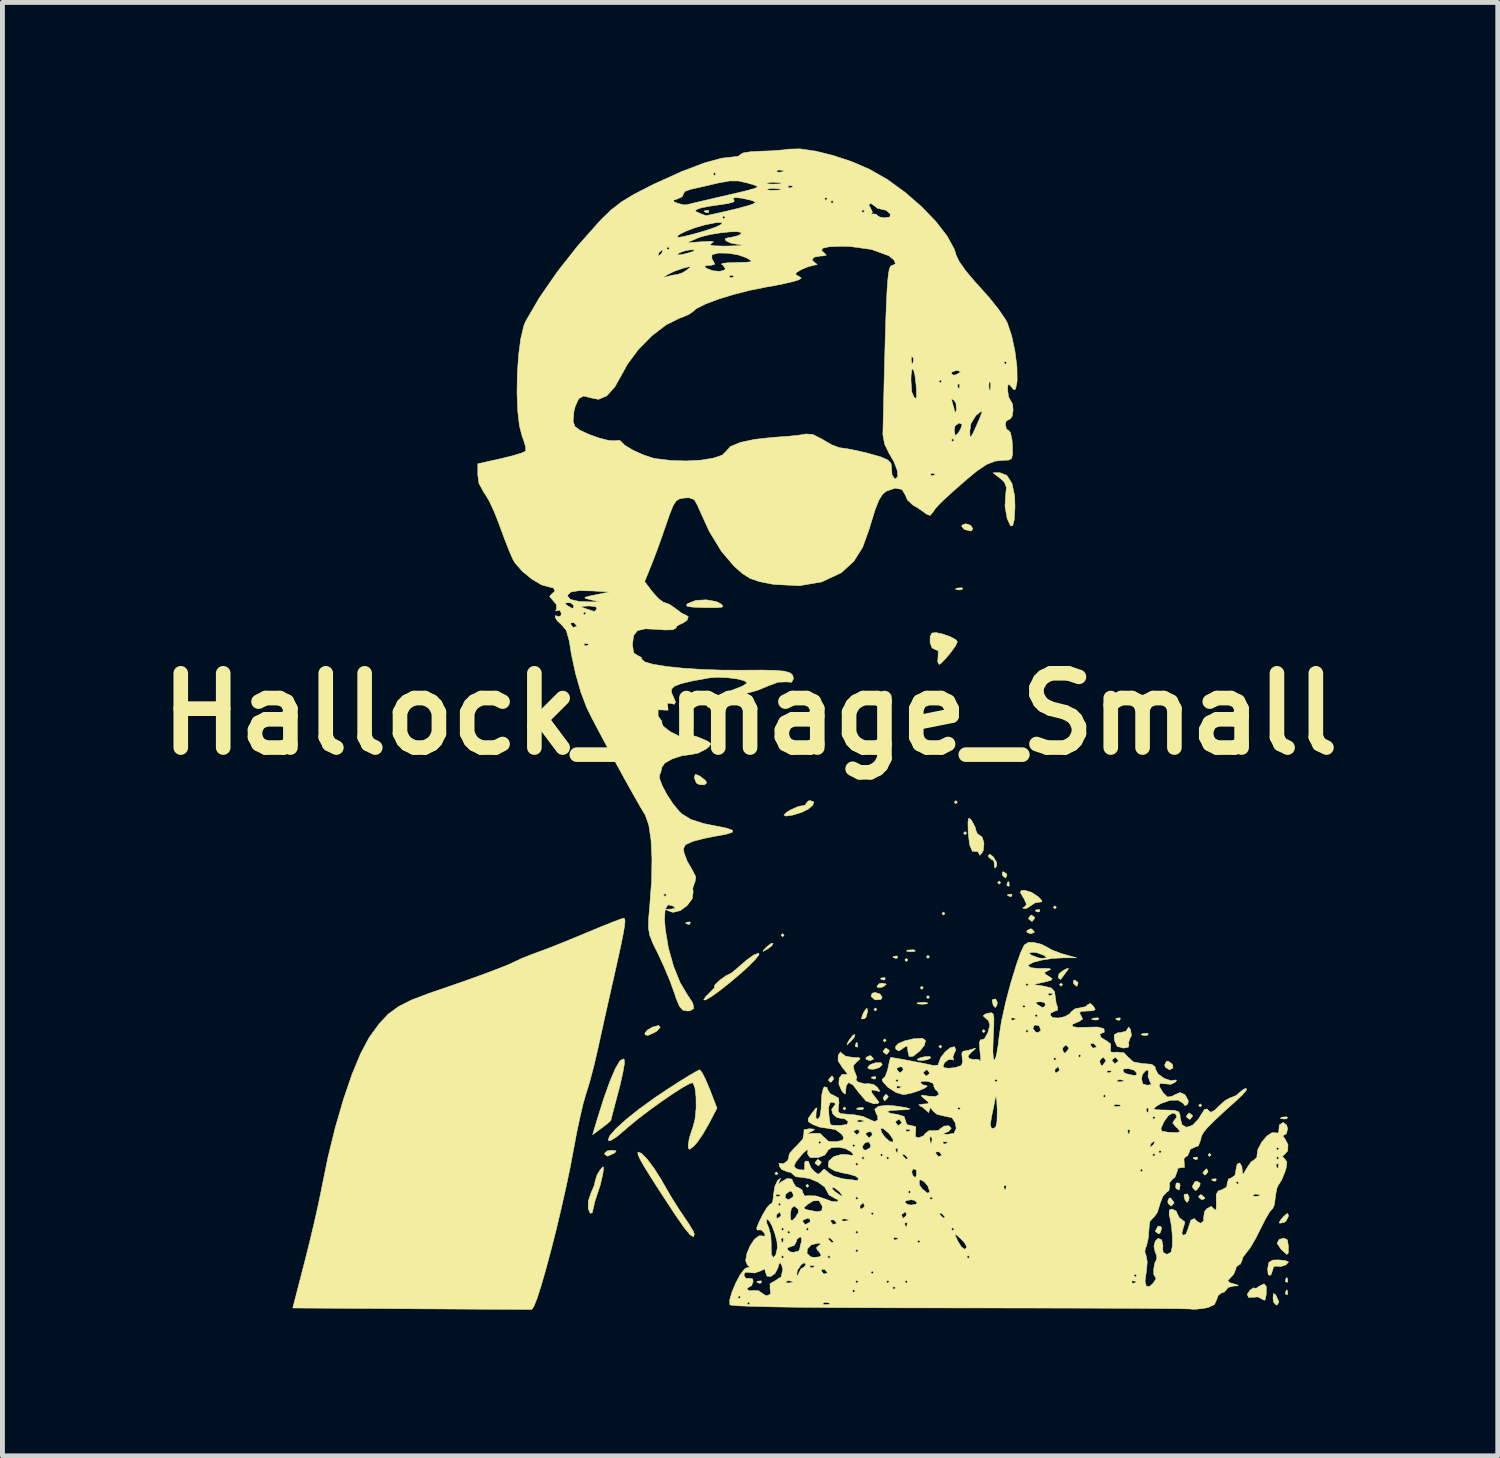
<source format=kicad_pcb>
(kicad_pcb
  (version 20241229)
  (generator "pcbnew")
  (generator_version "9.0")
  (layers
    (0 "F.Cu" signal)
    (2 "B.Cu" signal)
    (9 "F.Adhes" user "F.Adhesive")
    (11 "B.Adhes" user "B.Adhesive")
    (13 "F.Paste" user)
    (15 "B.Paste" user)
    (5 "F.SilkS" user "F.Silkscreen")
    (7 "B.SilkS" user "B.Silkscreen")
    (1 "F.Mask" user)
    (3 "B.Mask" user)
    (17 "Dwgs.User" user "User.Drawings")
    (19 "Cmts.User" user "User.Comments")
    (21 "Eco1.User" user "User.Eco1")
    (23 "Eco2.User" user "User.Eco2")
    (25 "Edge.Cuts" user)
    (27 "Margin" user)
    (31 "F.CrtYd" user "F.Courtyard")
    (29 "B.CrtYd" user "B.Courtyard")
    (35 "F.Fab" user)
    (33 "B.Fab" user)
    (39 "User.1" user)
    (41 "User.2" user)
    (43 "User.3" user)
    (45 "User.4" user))
  (footprint "Hallock_Image_Small"
    (layer "F.Cu")
    (at 12.344 11.603)
    (property "Reference" "Hallock_Image_Small" (at 0 0 0) (layer "F.SilkS") (effects (font (size 1.524 1.524) (thickness 0.3))))
    (attr through_hole)
    (fp_poly (pts (xy 0.572 9.43) (xy 0.54 9.461) (xy 0.508 9.43) (xy 0.54 9.398) (xy 0.572 9.43)) (stroke (width 0.01) (type solid)) (fill yes) (layer "F.SilkS"))
    (fp_poly (pts (xy 0.699 4.54) (xy 0.667 4.572) (xy 0.635 4.54) (xy 0.667 4.508) (xy 0.699 4.54)) (stroke (width 0.01) (type solid)) (fill yes) (layer "F.SilkS"))
    (fp_poly (pts (xy 1.206 9.684) (xy 1.175 9.716) (xy 1.143 9.684) (xy 1.175 9.652) (xy 1.206 9.684)) (stroke (width 0.01) (type solid)) (fill yes) (layer "F.SilkS"))
    (fp_poly (pts (xy 1.968 8.096) (xy 1.937 8.128) (xy 1.905 8.096) (xy 1.937 8.065) (xy 1.968 8.096)) (stroke (width 0.01) (type solid)) (fill yes) (layer "F.SilkS"))
    (fp_poly (pts (xy 2.603 6.064) (xy 2.572 6.096) (xy 2.54 6.064) (xy 2.572 6.032) (xy 2.603 6.064)) (stroke (width 0.01) (type solid)) (fill yes) (layer "F.SilkS"))
    (fp_poly (pts (xy 2.794 6.699) (xy 2.762 6.731) (xy 2.731 6.699) (xy 2.762 6.668) (xy 2.794 6.699)) (stroke (width 0.01) (type solid)) (fill yes) (layer "F.SilkS"))
    (fp_poly (pts (xy 3.239 5.048) (xy 3.207 5.08) (xy 3.175 5.048) (xy 3.207 5.016) (xy 3.239 5.048)) (stroke (width 0.01) (type solid)) (fill yes) (layer "F.SilkS"))
    (fp_poly (pts (xy 3.556 5.62) (xy 3.524 5.652) (xy 3.493 5.62) (xy 3.524 5.588) (xy 3.556 5.62)) (stroke (width 0.01) (type solid)) (fill yes) (layer "F.SilkS"))
    (fp_poly (pts (xy 3.683 4.985) (xy 3.651 5.016) (xy 3.619 4.985) (xy 3.651 4.953) (xy 3.683 4.985)) (stroke (width 0.01) (type solid)) (fill yes) (layer "F.SilkS"))
    (fp_poly (pts (xy 3.683 5.81) (xy 3.651 5.842) (xy 3.619 5.81) (xy 3.651 5.779) (xy 3.683 5.81)) (stroke (width 0.01) (type solid)) (fill yes) (layer "F.SilkS"))
    (fp_poly (pts (xy 3.937 6.826) (xy 3.905 6.858) (xy 3.873 6.826) (xy 3.905 6.795) (xy 3.937 6.826)) (stroke (width 0.01) (type solid)) (fill yes) (layer "F.SilkS"))
    (fp_poly (pts (xy 4 4.096) (xy 3.969 4.128) (xy 3.937 4.096) (xy 3.969 4.064) (xy 4 4.096)) (stroke (width 0.01) (type solid)) (fill yes) (layer "F.SilkS"))
    (fp_poly (pts (xy 4.255 1.81) (xy 4.223 1.841) (xy 4.191 1.81) (xy 4.223 1.778) (xy 4.255 1.81)) (stroke (width 0.01) (type solid)) (fill yes) (layer "F.SilkS"))
    (fp_poly (pts (xy 4.445 2.445) (xy 4.413 2.477) (xy 4.381 2.445) (xy 4.413 2.413) (xy 4.445 2.445)) (stroke (width 0.01) (type solid)) (fill yes) (layer "F.SilkS"))
    (fp_poly (pts (xy 4.826 6.509) (xy 4.794 6.54) (xy 4.763 6.509) (xy 4.794 6.477) (xy 4.826 6.509)) (stroke (width 0.01) (type solid)) (fill yes) (layer "F.SilkS"))
    (fp_poly (pts (xy 5.144 3.461) (xy 5.112 3.493) (xy 5.08 3.461) (xy 5.112 3.429) (xy 5.144 3.461)) (stroke (width 0.01) (type solid)) (fill yes) (layer "F.SilkS"))
    (fp_poly (pts (xy 6.287 3.969) (xy 6.255 4) (xy 6.223 3.969) (xy 6.255 3.937) (xy 6.287 3.969)) (stroke (width 0.01) (type solid)) (fill yes) (layer "F.SilkS"))
    (fp_poly (pts (xy 6.413 5.556) (xy 6.382 5.588) (xy 6.35 5.556) (xy 6.382 5.524) (xy 6.413 5.556)) (stroke (width 0.01) (type solid)) (fill yes) (layer "F.SilkS"))
    (fp_poly (pts (xy 9.271 8.033) (xy 9.239 8.065) (xy 9.207 8.033) (xy 9.239 8.001) (xy 9.271 8.033)) (stroke (width 0.01) (type solid)) (fill yes) (layer "F.SilkS"))
    (fp_poly (pts (xy 9.461 9.049) (xy 9.43 9.081) (xy 9.398 9.049) (xy 9.43 9.017) (xy 9.461 9.049)) (stroke (width 0.01) (type solid)) (fill yes) (layer "F.SilkS"))
    (fp_poly (pts (xy -1.228 4.276) (xy -1.236 4.313) (xy -1.27 4.318) (xy -1.322 4.295) (xy -1.312 4.276) (xy -1.237 4.268) (xy -1.228 4.276)) (stroke (width 0.01) (type solid)) (fill yes) (layer "F.SilkS"))
    (fp_poly (pts (xy -0.847 -10.329) (xy -0.855 -10.292) (xy -0.889 -10.287) (xy -0.941 -10.31) (xy -0.931 -10.329) (xy -0.856 -10.337) (xy -0.847 -10.329)) (stroke (width 0.01) (type solid)) (fill yes) (layer "F.SilkS"))
    (fp_poly (pts (xy -0.783 -0.169) (xy -0.792 -0.132) (xy -0.826 -0.127) (xy -0.878 -0.15) (xy -0.868 -0.169) (xy -0.792 -0.177) (xy -0.783 -0.169)) (stroke (width 0.01) (type solid)) (fill yes) (layer "F.SilkS"))
    (fp_poly (pts (xy 0.233 11.642) (xy 0.224 11.679) (xy 0.191 11.684) (xy 0.138 11.661) (xy 0.148 11.642) (xy 0.224 11.634) (xy 0.233 11.642)) (stroke (width 0.01) (type solid)) (fill yes) (layer "F.SilkS"))
    (fp_poly (pts (xy 2.201 6.752) (xy 2.209 6.828) (xy 2.201 6.837) (xy 2.164 6.828) (xy 2.159 6.795) (xy 2.182 6.742) (xy 2.201 6.752)) (stroke (width 0.01) (type solid)) (fill yes) (layer "F.SilkS"))
    (fp_poly (pts (xy 2.332 8.09) (xy 2.313 8.118) (xy 2.249 8.123) (xy 2.181 8.107) (xy 2.211 8.085) (xy 2.31 8.077) (xy 2.332 8.09)) (stroke (width 0.01) (type solid)) (fill yes) (layer "F.SilkS"))
    (fp_poly (pts (xy 2.582 7.451) (xy 2.574 7.488) (xy 2.54 7.493) (xy 2.488 7.47) (xy 2.498 7.451) (xy 2.573 7.443) (xy 2.582 7.451)) (stroke (width 0.01) (type solid)) (fill yes) (layer "F.SilkS"))
    (fp_poly (pts (xy 2.773 5.419) (xy 2.764 5.456) (xy 2.731 5.461) (xy 2.678 5.438) (xy 2.688 5.419) (xy 2.764 5.411) (xy 2.773 5.419)) (stroke (width 0.01) (type solid)) (fill yes) (layer "F.SilkS"))
    (fp_poly (pts (xy 3.027 4.974) (xy 3.018 5.012) (xy 2.985 5.016) (xy 2.932 4.993) (xy 2.942 4.974) (xy 3.018 4.967) (xy 3.027 4.974)) (stroke (width 0.01) (type solid)) (fill yes) (layer "F.SilkS"))
    (fp_poly (pts (xy 3.381 4.847) (xy 3.389 4.871) (xy 3.302 4.879) (xy 3.212 4.869) (xy 3.223 4.847) (xy 3.353 4.839) (xy 3.381 4.847)) (stroke (width 0.01) (type solid)) (fill yes) (layer "F.SilkS"))
    (fp_poly (pts (xy 4.364 -2.578) (xy 4.345 -2.55) (xy 4.281 -2.545) (xy 4.213 -2.561) (xy 4.243 -2.583) (xy 4.342 -2.591) (xy 4.364 -2.578)) (stroke (width 0.01) (type solid)) (fill yes) (layer "F.SilkS"))
    (fp_poly (pts (xy 5.313 3.45) (xy 5.32 3.526) (xy 5.313 3.535) (xy 5.275 3.526) (xy 5.271 3.493) (xy 5.294 3.44) (xy 5.313 3.45)) (stroke (width 0.01) (type solid)) (fill yes) (layer "F.SilkS"))
    (fp_poly (pts (xy 5.376 3.704) (xy 5.368 3.742) (xy 5.334 3.747) (xy 5.282 3.723) (xy 5.292 3.704) (xy 5.367 3.697) (xy 5.376 3.704)) (stroke (width 0.01) (type solid)) (fill yes) (layer "F.SilkS"))
    (fp_poly (pts (xy 5.948 4.022) (xy 5.939 4.059) (xy 5.905 4.064) (xy 5.853 4.041) (xy 5.863 4.022) (xy 5.939 4.014) (xy 5.948 4.022)) (stroke (width 0.01) (type solid)) (fill yes) (layer "F.SilkS"))
    (fp_poly (pts (xy 7.158 6.248) (xy 7.139 6.277) (xy 7.075 6.281) (xy 7.007 6.266) (xy 7.037 6.243) (xy 7.136 6.236) (xy 7.158 6.248)) (stroke (width 0.01) (type solid)) (fill yes) (layer "F.SilkS"))
    (fp_poly (pts (xy 7.599 6.244) (xy 7.59 6.282) (xy 7.556 6.287) (xy 7.504 6.263) (xy 7.514 6.244) (xy 7.59 6.237) (xy 7.599 6.244)) (stroke (width 0.01) (type solid)) (fill yes) (layer "F.SilkS"))
    (fp_poly (pts (xy 8.174 6.566) (xy 8.155 6.594) (xy 8.091 6.599) (xy 8.023 6.583) (xy 8.053 6.561) (xy 8.152 6.553) (xy 8.174 6.566)) (stroke (width 0.01) (type solid)) (fill yes) (layer "F.SilkS"))
    (fp_poly (pts (xy 9.186 9.102) (xy 9.178 9.139) (xy 9.144 9.144) (xy 9.092 9.121) (xy 9.102 9.102) (xy 9.177 9.094) (xy 9.186 9.102)) (stroke (width 0.01) (type solid)) (fill yes) (layer "F.SilkS"))
    (fp_poly (pts (xy 9.567 9.546) (xy 9.559 9.584) (xy 9.525 9.588) (xy 9.473 9.565) (xy 9.483 9.546) (xy 9.558 9.539) (xy 9.567 9.546)) (stroke (width 0.01) (type solid)) (fill yes) (layer "F.SilkS"))
    (fp_poly (pts (xy 11.028 11.578) (xy 11.035 11.654) (xy 11.028 11.663) (xy 10.99 11.654) (xy 10.986 11.62) (xy 11.009 11.568) (xy 11.028 11.578)) (stroke (width 0.01) (type solid)) (fill yes) (layer "F.SilkS"))
    (fp_poly (pts (xy 11.028 11.832) (xy 11.035 11.908) (xy 11.028 11.917) (xy 10.99 11.908) (xy 10.986 11.874) (xy 11.009 11.822) (xy 11.028 11.832)) (stroke (width 0.01) (type solid)) (fill yes) (layer "F.SilkS"))
    (fp_poly (pts (xy 11.032 8.28) (xy 11.013 8.309) (xy 10.948 8.313) (xy 10.881 8.298) (xy 10.91 8.275) (xy 11.009 8.268) (xy 11.032 8.28)) (stroke (width 0.01) (type solid)) (fill yes) (layer "F.SilkS"))
    (fp_poly (pts (xy 0.448 4.755) (xy 0.362 4.82) (xy 0.267 4.874) (xy 0.272 4.853) (xy 0.332 4.789) (xy 0.425 4.714) (xy 0.472 4.705) (xy 0.448 4.755)) (stroke (width 0.01) (type solid)) (fill yes) (layer "F.SilkS"))
    (fp_poly (pts (xy 2.136 6.637) (xy 2.069 6.717) (xy 1.991 6.788) (xy 1.993 6.765) (xy 2.038 6.686) (xy 2.111 6.593) (xy 2.153 6.577) (xy 2.136 6.637)) (stroke (width 0.01) (type solid)) (fill yes) (layer "F.SilkS"))
    (fp_poly (pts (xy 2.481 7.019) (xy 2.537 7.081) (xy 2.473 7.111) (xy 2.441 7.112) (xy 2.376 7.081) (xy 2.382 7.047) (xy 2.458 7.011) (xy 2.481 7.019)) (stroke (width 0.01) (type solid)) (fill yes) (layer "F.SilkS"))
    (fp_poly (pts (xy 5.074 5.919) (xy 5.066 5.978) (xy 5.032 6.026) (xy 4.99 5.978) (xy 4.967 5.884) (xy 4.978 5.859) (xy 5.041 5.849) (xy 5.074 5.919)) (stroke (width 0.01) (type solid)) (fill yes) (layer "F.SilkS"))
    (fp_poly (pts (xy 5.783 4.416) (xy 5.839 4.477) (xy 5.775 4.507) (xy 5.743 4.508) (xy 5.678 4.477) (xy 5.684 4.444) (xy 5.76 4.407) (xy 5.783 4.416)) (stroke (width 0.01) (type solid)) (fill yes) (layer "F.SilkS"))
    (fp_poly (pts (xy 8.668 7.19) (xy 8.679 7.266) (xy 8.61 7.303) (xy 8.522 7.251) (xy 8.509 7.202) (xy 8.546 7.128) (xy 8.584 7.127) (xy 8.668 7.19)) (stroke (width 0.01) (type solid)) (fill yes) (layer "F.SilkS"))
    (fp_poly (pts (xy 8.817 9.635) (xy 8.826 9.68) (xy 8.806 9.772) (xy 8.751 9.744) (xy 8.734 9.72) (xy 8.742 9.638) (xy 8.762 9.621) (xy 8.817 9.635)) (stroke (width 0.01) (type solid)) (fill yes) (layer "F.SilkS"))
    (fp_poly (pts (xy 9.011 9.919) (xy 9.003 9.978) (xy 8.969 10.026) (xy 8.927 9.978) (xy 8.904 9.885) (xy 8.915 9.859) (xy 8.978 9.849) (xy 9.011 9.919)) (stroke (width 0.01) (type solid)) (fill yes) (layer "F.SilkS"))
    (fp_poly (pts (xy -2.749 8.964) (xy -2.772 9.002) (xy -2.794 9.017) (xy -2.925 9.076) (xy -2.983 9.038) (xy -2.985 9.017) (xy -2.931 8.968) (xy -2.842 8.954) (xy -2.749 8.964)) (stroke (width 0.01) (type solid)) (fill yes) (layer "F.SilkS"))
    (fp_poly (pts (xy -1.353 0.359) (xy -1.365 0.381) (xy -1.425 0.442) (xy -1.436 0.445) (xy -1.441 0.403) (xy -1.429 0.381) (xy -1.369 0.32) (xy -1.358 0.318) (xy -1.353 0.359)) (stroke (width 0.01) (type solid)) (fill yes) (layer "F.SilkS"))
    (fp_poly (pts (xy -1.084 -0.306) (xy -1.13 -0.262) (xy -1.143 -0.254) (xy -1.259 -0.198) (xy -1.315 -0.207) (xy -1.302 -0.254) (xy -1.211 -0.309) (xy -1.155 -0.317) (xy -1.084 -0.306)) (stroke (width 0.01) (type solid)) (fill yes) (layer "F.SilkS"))
    (fp_poly (pts (xy 1.459 9.192) (xy 1.46 9.207) (xy 1.412 9.269) (xy 1.397 9.271) (xy 1.335 9.223) (xy 1.333 9.207) (xy 1.382 9.146) (xy 1.397 9.144) (xy 1.459 9.192)) (stroke (width 0.01) (type solid)) (fill yes) (layer "F.SilkS"))
    (fp_poly (pts (xy 1.714 7.479) (xy 1.714 7.493) (xy 1.666 7.554) (xy 1.647 7.556) (xy 1.609 7.518) (xy 1.619 7.493) (xy 1.676 7.432) (xy 1.686 7.429) (xy 1.714 7.479)) (stroke (width 0.01) (type solid)) (fill yes) (layer "F.SilkS"))
    (fp_poly (pts (xy 2.666 5.747) (xy 2.711 5.813) (xy 2.684 5.861) (xy 2.586 5.868) (xy 2.556 5.86) (xy 2.482 5.796) (xy 2.505 5.731) (xy 2.568 5.715) (xy 2.666 5.747)) (stroke (width 0.01) (type solid)) (fill yes) (layer "F.SilkS"))
    (fp_poly (pts (xy 2.712 7.2) (xy 2.648 7.259) (xy 2.538 7.292) (xy 2.442 7.286) (xy 2.413 7.251) (xy 2.467 7.195) (xy 2.574 7.159) (xy 2.693 7.157) (xy 2.712 7.2)) (stroke (width 0.01) (type solid)) (fill yes) (layer "F.SilkS"))
    (fp_poly (pts (xy 2.783 5.538) (xy 2.794 5.549) (xy 2.744 5.59) (xy 2.699 5.611) (xy 2.617 5.612) (xy 2.603 5.586) (xy 2.655 5.531) (xy 2.699 5.524) (xy 2.783 5.538)) (stroke (width 0.01) (type solid)) (fill yes) (layer "F.SilkS"))
    (fp_poly (pts (xy 2.836 7.849) (xy 2.826 7.874) (xy 2.769 7.935) (xy 2.759 7.938) (xy 2.731 7.888) (xy 2.731 7.874) (xy 2.779 7.813) (xy 2.798 7.811) (xy 2.836 7.849)) (stroke (width 0.01) (type solid)) (fill yes) (layer "F.SilkS"))
    (fp_poly (pts (xy 2.856 6.906) (xy 2.857 6.921) (xy 2.809 6.983) (xy 2.794 6.985) (xy 2.732 6.937) (xy 2.731 6.921) (xy 2.779 6.86) (xy 2.794 6.858) (xy 2.856 6.906)) (stroke (width 0.01) (type solid)) (fill yes) (layer "F.SilkS"))
    (fp_poly (pts (xy 3.637 5.927) (xy 3.639 5.948) (xy 3.539 5.957) (xy 3.524 5.957) (xy 3.426 5.947) (xy 3.435 5.928) (xy 3.446 5.925) (xy 3.584 5.916) (xy 3.637 5.927)) (stroke (width 0.01) (type solid)) (fill yes) (layer "F.SilkS"))
    (fp_poly (pts (xy 3.709 7.058) (xy 3.639 7.095) (xy 3.529 7.113) (xy 3.443 7.104) (xy 3.429 7.088) (xy 3.483 7.059) (xy 3.586 7.033) (xy 3.69 7.029) (xy 3.709 7.058)) (stroke (width 0.01) (type solid)) (fill yes) (layer "F.SilkS"))
    (fp_poly (pts (xy 4.525 -3.872) (xy 4.572 -3.803) (xy 4.536 -3.754) (xy 4.416 -3.781) (xy 4.397 -3.789) (xy 4.344 -3.85) (xy 4.351 -3.876) (xy 4.428 -3.905) (xy 4.525 -3.872)) (stroke (width 0.01) (type solid)) (fill yes) (layer "F.SilkS"))
    (fp_poly (pts (xy 5.268 3.285) (xy 5.271 3.302) (xy 5.249 3.364) (xy 5.242 3.365) (xy 5.188 3.321) (xy 5.175 3.302) (xy 5.18 3.243) (xy 5.203 3.239) (xy 5.268 3.285)) (stroke (width 0.01) (type solid)) (fill yes) (layer "F.SilkS"))
    (fp_poly (pts (xy 5.84 4.176) (xy 5.842 4.191) (xy 5.794 4.253) (xy 5.779 4.255) (xy 5.717 4.206) (xy 5.715 4.191) (xy 5.763 4.129) (xy 5.779 4.128) (xy 5.84 4.176)) (stroke (width 0.01) (type solid)) (fill yes) (layer "F.SilkS"))
    (fp_poly (pts (xy 6.728 5.507) (xy 6.731 5.524) (xy 6.709 5.586) (xy 6.703 5.588) (xy 6.649 5.544) (xy 6.636 5.524) (xy 6.641 5.466) (xy 6.664 5.461) (xy 6.728 5.507)) (stroke (width 0.01) (type solid)) (fill yes) (layer "F.SilkS"))
    (fp_poly (pts (xy 8.436 10.524) (xy 8.445 10.569) (xy 8.412 10.656) (xy 8.382 10.668) (xy 8.32 10.622) (xy 8.319 10.608) (xy 8.365 10.522) (xy 8.382 10.509) (xy 8.436 10.524)) (stroke (width 0.01) (type solid)) (fill yes) (layer "F.SilkS"))
    (fp_poly (pts (xy 8.636 9.938) (xy 8.697 10.019) (xy 8.7 10.037) (xy 8.651 10.095) (xy 8.636 10.097) (xy 8.58 10.045) (xy 8.572 9.998) (xy 8.603 9.932) (xy 8.636 9.938)) (stroke (width 0.01) (type solid)) (fill yes) (layer "F.SilkS"))
    (fp_poly (pts (xy 9.079 8.24) (xy 9.081 8.255) (xy 9.032 8.317) (xy 9.017 8.319) (xy 8.955 8.27) (xy 8.954 8.255) (xy 9.002 8.193) (xy 9.017 8.191) (xy 9.079 8.24)) (stroke (width 0.01) (type solid)) (fill yes) (layer "F.SilkS"))
    (fp_poly (pts (xy 9.238 9.631) (xy 9.23 9.684) (xy 9.168 9.768) (xy 9.137 9.779) (xy 9.087 9.727) (xy 9.081 9.684) (xy 9.13 9.6) (xy 9.174 9.588) (xy 9.238 9.631)) (stroke (width 0.01) (type solid)) (fill yes) (layer "F.SilkS"))
    (fp_poly (pts (xy 9.271 9.874) (xy 9.332 9.931) (xy 9.335 9.941) (xy 9.285 9.969) (xy 9.271 9.97) (xy 9.21 9.921) (xy 9.207 9.902) (xy 9.246 9.864) (xy 9.271 9.874)) (stroke (width 0.01) (type solid)) (fill yes) (layer "F.SilkS"))
    (fp_poly (pts (xy 9.397 9.384) (xy 9.398 9.398) (xy 9.349 9.459) (xy 9.331 9.461) (xy 9.293 9.423) (xy 9.303 9.398) (xy 9.36 9.337) (xy 9.37 9.335) (xy 9.397 9.384)) (stroke (width 0.01) (type solid)) (fill yes) (layer "F.SilkS"))
    (fp_poly (pts (xy 10.78 11.916) (xy 10.795 11.938) (xy 10.854 12.069) (xy 10.816 12.127) (xy 10.795 12.129) (xy 10.746 12.075) (xy 10.732 11.986) (xy 10.742 11.893) (xy 10.78 11.916)) (stroke (width 0.01) (type solid)) (fill yes) (layer "F.SilkS"))
    (fp_poly (pts (xy -1.844 6.43) (xy -1.911 6.506) (xy -1.964 6.538) (xy -2.098 6.598) (xy -2.154 6.583) (xy -2.159 6.551) (xy -2.108 6.488) (xy -2 6.425) (xy -1.877 6.393) (xy -1.844 6.43)) (stroke (width 0.01) (type solid)) (fill yes) (layer "F.SilkS"))
    (fp_poly (pts (xy 2.412 6.094) (xy 2.412 6.108) (xy 2.38 6.223) (xy 2.349 6.255) (xy 2.291 6.259) (xy 2.287 6.243) (xy 2.319 6.15) (xy 2.349 6.096) (xy 2.399 6.036) (xy 2.412 6.094)) (stroke (width 0.01) (type solid)) (fill yes) (layer "F.SilkS"))
    (fp_poly (pts (xy 6.528 5.241) (xy 6.479 5.308) (xy 6.403 5.409) (xy 6.374 5.449) (xy 6.338 5.426) (xy 6.323 5.405) (xy 6.341 5.332) (xy 6.428 5.263) (xy 6.527 5.215) (xy 6.528 5.241)) (stroke (width 0.01) (type solid)) (fill yes) (layer "F.SilkS"))
    (fp_poly (pts (xy 11.028 10.794) (xy 11.049 10.928) (xy 11.045 11.066) (xy 11.016 11.093) (xy 10.931 11.018) (xy 10.895 10.982) (xy 10.816 10.863) (xy 10.857 10.785) (xy 10.956 10.756) (xy 11.028 10.794)) (stroke (width 0.01) (type solid)) (fill yes) (layer "F.SilkS"))
    (fp_poly (pts (xy 11.048 10.283) (xy 11.049 10.307) (xy 10.998 10.41) (xy 10.954 10.437) (xy 10.871 10.451) (xy 10.858 10.439) (xy 10.898 10.372) (xy 10.954 10.31) (xy 11.027 10.248) (xy 11.048 10.283)) (stroke (width 0.01) (type solid)) (fill yes) (layer "F.SilkS"))
    (fp_poly (pts (xy -1.043 1.268) (xy -1.016 1.285) (xy -0.917 1.365) (xy -0.889 1.412) (xy -0.937 1.455) (xy -1.035 1.452) (xy -1.101 1.418) (xy -1.141 1.322) (xy -1.143 1.291) (xy -1.123 1.238) (xy -1.043 1.268)) (stroke (width 0.01) (type solid)) (fill yes) (layer "F.SilkS"))
    (fp_poly (pts (xy 4.992 2.933) (xy 5.06 3.047) (xy 5.061 3.121) (xy 5.025 3.163) (xy 5.014 3.143) (xy 5.008 3.038) (xy 5.009 3.032) (xy 4.969 2.986) (xy 4.953 2.985) (xy 4.894 2.935) (xy 4.889 2.907) (xy 4.922 2.878) (xy 4.992 2.933)) (stroke (width 0.01) (type solid)) (fill yes) (layer "F.SilkS"))
    (fp_poly (pts (xy -0.694 -2.307) (xy -0.604 -2.262) (xy -0.556 -2.217) (xy -0.578 -2.192) (xy -0.688 -2.182) (xy -0.906 -2.183) (xy -0.931 -2.183) (xy -1.16 -2.191) (xy -1.28 -2.206) (xy -1.308 -2.235) (xy -1.276 -2.268) (xy -1.114 -2.331) (xy -0.899 -2.343) (xy -0.694 -2.307)) (stroke (width 0.01) (type solid)) (fill yes) (layer "F.SilkS"))
    (fp_poly (pts (xy 7.808 6.475) (xy 7.827 6.602) (xy 7.801 6.647) (xy 7.765 6.751) (xy 7.777 6.792) (xy 7.758 6.842) (xy 7.663 6.858) (xy 7.533 6.821) (xy 7.477 6.699) (xy 7.474 6.581) (xy 7.548 6.542) (xy 7.597 6.54) (xy 7.712 6.512) (xy 7.748 6.461) (xy 7.768 6.426) (xy 7.808 6.475)) (stroke (width 0.01) (type solid)) (fill yes) (layer "F.SilkS"))
    (fp_poly (pts (xy 10.596 11.754) (xy 10.593 11.916) (xy 10.567 12.031) (xy 10.525 12.022) (xy 10.52 12.015) (xy 10.423 11.963) (xy 10.351 11.97) (xy 10.231 11.975) (xy 10.203 11.909) (xy 10.262 11.824) (xy 10.334 11.775) (xy 10.351 11.785) (xy 10.39 11.786) (xy 10.447 11.746) (xy 10.548 11.694) (xy 10.596 11.754)) (stroke (width 0.01) (type solid)) (fill yes) (layer "F.SilkS"))
    (fp_poly (pts (xy 1.307 1.806) (xy 1.286 1.873) (xy 1.192 1.954) (xy 1.057 2.02) (xy 0.861 2.079) (xy 0.735 2.096) (xy 0.695 2.073) (xy 0.755 2.014) (xy 0.825 1.972) (xy 0.978 1.903) (xy 1.081 1.88) (xy 1.095 1.883) (xy 1.14 1.865) (xy 1.143 1.845) (xy 1.194 1.785) (xy 1.236 1.778) (xy 1.307 1.806)) (stroke (width 0.01) (type solid)) (fill yes) (layer "F.SilkS"))
    (fp_poly (pts (xy 5.271 -4.895) (xy 5.375 -4.73) (xy 5.43 -4.472) (xy 5.437 -4.242) (xy 5.421 -3.989) (xy 5.39 -3.863) (xy 5.346 -3.861) (xy 5.287 -3.985) (xy 5.273 -4.024) (xy 5.232 -4.266) (xy 5.244 -4.482) (xy 5.261 -4.651) (xy 5.218 -4.759) (xy 5.136 -4.834) (xy 4.985 -4.95) (xy 5.126 -4.952) (xy 5.271 -4.895)) (stroke (width 0.01) (type solid)) (fill yes) (layer "F.SilkS"))
    (fp_poly (pts (xy 10.983 11.217) (xy 11.048 11.246) (xy 11.049 11.249) (xy 10.997 11.306) (xy 10.888 11.341) (xy 10.791 11.332) (xy 10.789 11.331) (xy 10.739 11.348) (xy 10.732 11.391) (xy 10.696 11.499) (xy 10.67 11.524) (xy 10.631 11.499) (xy 10.623 11.381) (xy 10.648 11.256) (xy 10.726 11.208) (xy 10.842 11.204) (xy 10.983 11.217)) (stroke (width 0.01) (type solid)) (fill yes) (layer "F.SilkS"))
    (fp_poly (pts (xy 5.775 3.66) (xy 5.914 3.751) (xy 5.99 3.831) (xy 5.98 3.859) (xy 5.97 3.857) (xy 5.848 3.876) (xy 5.79 3.916) (xy 5.682 3.986) (xy 5.631 3.995) (xy 5.593 3.98) (xy 5.634 3.959) (xy 5.673 3.907) (xy 5.626 3.797) (xy 5.611 3.774) (xy 5.547 3.665) (xy 5.562 3.625) (xy 5.637 3.619) (xy 5.775 3.66)) (stroke (width 0.01) (type solid)) (fill yes) (layer "F.SilkS"))
    (fp_poly (pts (xy -3.005 9.314) (xy -3.023 9.442) (xy -3.027 9.461) (xy -3.074 9.665) (xy -3.132 9.842) (xy -3.132 9.842) (xy -3.187 10.007) (xy -3.21 10.114) (xy -3.24 10.239) (xy -3.283 10.246) (xy -3.322 10.153) (xy -3.32 9.997) (xy -3.267 9.836) (xy -3.201 9.683) (xy -3.175 9.572) (xy -3.139 9.457) (xy -3.081 9.363) (xy -3.021 9.292) (xy -3.005 9.314)) (stroke (width 0.01) (type solid)) (fill yes) (layer "F.SilkS"))
    (fp_poly (pts (xy 3.537 6.655) (xy 3.601 6.7) (xy 3.578 6.8) (xy 3.484 6.916) (xy 3.344 7.026) (xy 3.266 7.031) (xy 3.239 6.931) (xy 3.239 6.909) (xy 3.225 6.816) (xy 3.173 6.835) (xy 3.162 6.845) (xy 3.054 6.917) (xy 2.992 6.881) (xy 2.985 6.827) (xy 3.041 6.765) (xy 3.18 6.706) (xy 3.359 6.665) (xy 3.535 6.655) (xy 3.537 6.655)) (stroke (width 0.01) (type solid)) (fill yes) (layer "F.SilkS"))
    (fp_poly (pts (xy 3.957 -1.64) (xy 4.111 -1.585) (xy 4.225 -1.522) (xy 4.255 -1.482) (xy 4.217 -1.401) (xy 4.128 -1.275) (xy 4.019 -1.142) (xy 3.923 -1.043) (xy 3.879 -1.016) (xy 3.851 -1.069) (xy 3.858 -1.177) (xy 3.861 -1.298) (xy 3.804 -1.32) (xy 3.734 -1.357) (xy 3.694 -1.464) (xy 3.695 -1.588) (xy 3.73 -1.66) (xy 3.814 -1.671) (xy 3.957 -1.64)) (stroke (width 0.01) (type solid)) (fill yes) (layer "F.SilkS"))
    (fp_poly (pts (xy -2.58 7.098) (xy -2.58 7.181) (xy -2.61 7.356) (xy -2.663 7.594) (xy -2.701 7.742) (xy -2.768 7.995) (xy -2.821 8.197) (xy -2.852 8.319) (xy -2.857 8.343) (xy -2.903 8.386) (xy -3.015 8.475) (xy -3.044 8.496) (xy -3.231 8.634) (xy -3.142 8.334) (xy -3.002 7.888) (xy -2.874 7.532) (xy -2.763 7.273) (xy -2.671 7.119) (xy -2.602 7.078) (xy -2.58 7.098)) (stroke (width 0.01) (type solid)) (fill yes) (layer "F.SilkS"))
    (fp_poly (pts (xy 4.522 2.157) (xy 4.55 2.193) (xy 4.619 2.322) (xy 4.636 2.393) (xy 4.672 2.47) (xy 4.695 2.477) (xy 4.765 2.53) (xy 4.8 2.653) (xy 4.789 2.792) (xy 4.768 2.84) (xy 4.716 2.901) (xy 4.701 2.87) (xy 4.666 2.815) (xy 4.64 2.823) (xy 4.562 2.817) (xy 4.507 2.69) (xy 4.477 2.447) (xy 4.475 2.391) (xy 4.472 2.211) (xy 4.486 2.139) (xy 4.522 2.157)) (stroke (width 0.01) (type solid)) (fill yes) (layer "F.SilkS"))
    (fp_poly (pts (xy -2.227 9.018) (xy -2.114 9.134) (xy -1.974 9.32) (xy -1.826 9.553) (xy -1.75 9.687) (xy -1.609 9.929) (xy -1.442 10.192) (xy -1.362 10.31) (xy -1.245 10.484) (xy -1.165 10.619) (xy -1.143 10.675) (xy -1.164 10.73) (xy -1.23 10.69) (xy -1.347 10.549) (xy -1.519 10.303) (xy -1.562 10.238) (xy -1.826 9.836) (xy -2.025 9.526) (xy -2.166 9.3) (xy -2.255 9.144) (xy -2.298 9.048) (xy -2.304 9) (xy -2.297 8.992) (xy -2.227 9.018)) (stroke (width 0.01) (type solid)) (fill yes) (layer "F.SilkS"))
    (fp_poly (pts (xy 0.183 4.942) (xy 0.103 5.043) (xy -0.055 5.2) (xy -0.168 5.303) (xy -0.406 5.506) (xy -0.622 5.677) (xy -0.797 5.802) (xy -0.914 5.87) (xy -0.953 5.868) (xy -0.91 5.8) (xy -0.816 5.707) (xy -0.734 5.623) (xy -0.729 5.588) (xy -0.729 5.588) (xy -0.72 5.555) (xy -0.633 5.474) (xy -0.614 5.458) (xy -0.497 5.374) (xy -0.433 5.342) (xy -0.431 5.343) (xy -0.378 5.313) (xy -0.268 5.222) (xy -0.222 5.181) (xy -0.072 5.052) (xy 0.059 4.957) (xy 0.079 4.945) (xy 0.177 4.907) (xy 0.183 4.942)) (stroke (width 0.01) (type solid)) (fill yes) (layer "F.SilkS"))
    (fp_poly (pts (xy -0.987 7.357) (xy -0.914 7.5) (xy -0.831 7.696) (xy -0.679 8.089) (xy -0.852 8.421) (xy -0.969 8.623) (xy -1.085 8.791) (xy -1.148 8.863) (xy -1.237 8.935) (xy -1.267 8.915) (xy -1.27 8.844) (xy -1.246 8.701) (xy -1.187 8.517) (xy -1.173 8.483) (xy -1.13 8.313) (xy -1.108 8.093) (xy -1.109 7.865) (xy -1.131 7.675) (xy -1.174 7.568) (xy -1.24 7.585) (xy -1.384 7.665) (xy -1.583 7.792) (xy -1.816 7.951) (xy -2.061 8.128) (xy -2.295 8.306) (xy -2.495 8.47) (xy -2.571 8.537) (xy -2.745 8.683) (xy -2.865 8.757) (xy -2.914 8.751) (xy -2.883 8.66) (xy -2.757 8.515) (xy -2.551 8.327) (xy -2.28 8.111) (xy -1.957 7.877) (xy -1.7 7.705) (xy -1.453 7.546) (xy -1.244 7.417) (xy -1.096 7.331) (xy -1.033 7.303) (xy -0.987 7.357)) (stroke (width 0.01) (type solid)) (fill yes) (layer "F.SilkS"))
    (fp_poly (pts (xy 1.886 6.969) (xy 1.964 7.025) (xy 2.11 7.048) (xy 2.113 7.048) (xy 2.241 7.054) (xy 2.257 7.081) (xy 2.195 7.133) (xy 2.117 7.219) (xy 2.138 7.326) (xy 2.153 7.355) (xy 2.192 7.459) (xy 2.177 7.494) (xy 2.177 7.521) (xy 2.223 7.556) (xy 2.36 7.593) (xy 2.42 7.585) (xy 2.537 7.604) (xy 2.61 7.662) (xy 2.665 7.74) (xy 2.627 7.743) (xy 2.588 7.729) (xy 2.492 7.714) (xy 2.496 7.773) (xy 2.582 7.885) (xy 2.648 7.971) (xy 2.613 7.998) (xy 2.534 8) (xy 2.38 7.943) (xy 2.238 7.778) (xy 2.112 7.614) (xy 2.022 7.564) (xy 1.973 7.627) (xy 1.966 7.699) (xy 1.958 7.798) (xy 1.918 7.779) (xy 1.878 7.728) (xy 1.822 7.598) (xy 1.829 7.473) (xy 1.888 7.397) (xy 1.959 7.398) (xy 1.998 7.391) (xy 1.94 7.309) (xy 1.911 7.278) (xy 1.806 7.12) (xy 1.809 7.004) (xy 1.857 6.936) (xy 1.886 6.969)) (stroke (width 0.01) (type solid)) (fill yes) (layer "F.SilkS"))
    (fp_poly (pts (xy -2.574 4.203) (xy -2.567 4.249) (xy -2.575 4.344) (xy -2.602 4.503) (xy -2.65 4.741) (xy -2.722 5.072) (xy -2.821 5.512) (xy -2.824 5.524) (xy -2.909 5.903) (xy -2.995 6.287) (xy -3.072 6.637) (xy -3.133 6.912) (xy -3.142 6.953) (xy -3.211 7.246) (xy -3.289 7.54) (xy -3.36 7.773) (xy -3.365 7.786) (xy -3.421 7.979) (xy -3.487 8.259) (xy -3.557 8.586) (xy -3.615 8.897) (xy -3.69 9.294) (xy -3.78 9.723) (xy -3.88 10.167) (xy -3.985 10.608) (xy -4.092 11.029) (xy -4.195 11.412) (xy -4.29 11.74) (xy -4.372 11.996) (xy -4.438 12.161) (xy -4.481 12.22) (xy -4.556 12.22) (xy -4.743 12.22) (xy -5.029 12.219) (xy -5.4 12.217) (xy -5.841 12.214) (xy -6.337 12.211) (xy -6.876 12.208) (xy -6.963 12.207) (xy -9.386 12.191) (xy -9.142 11.247) (xy -9.045 10.86) (xy -8.95 10.462) (xy -8.867 10.094) (xy -8.805 9.797) (xy -8.794 9.739) (xy -8.664 9.102) (xy -8.513 8.487) (xy -8.347 7.915) (xy -8.173 7.405) (xy -7.997 6.979) (xy -7.826 6.655) (xy -7.798 6.612) (xy -7.61 6.355) (xy -7.426 6.159) (xy -7.214 6.004) (xy -6.947 5.869) (xy -6.593 5.734) (xy -6.47 5.692) (xy -5.964 5.518) (xy -5.53 5.363) (xy -5.18 5.232) (xy -4.927 5.13) (xy -4.8 5.07) (xy -4.671 5.01) (xy -4.476 4.933) (xy -4.355 4.889) (xy -4.163 4.817) (xy -3.893 4.711) (xy -3.585 4.585) (xy -3.34 4.483) (xy -3.065 4.369) (xy -2.833 4.276) (xy -2.668 4.213) (xy -2.596 4.191) (xy -2.574 4.203)) (stroke (width 0.01) (type solid)) (fill yes) (layer "F.SilkS"))
    (fp_poly (pts (xy 1.343 -11.552) (xy 1.707 -11.462) (xy 2.086 -11.336) (xy 2.446 -11.181) (xy 2.46 -11.174) (xy 2.823 -10.966) (xy 3.182 -10.705) (xy 3.519 -10.412) (xy 3.813 -10.107) (xy 4.043 -9.81) (xy 4.191 -9.541) (xy 4.228 -9.42) (xy 4.29 -9.288) (xy 4.428 -9.093) (xy 4.622 -8.862) (xy 4.714 -8.762) (xy 4.92 -8.53) (xy 5.103 -8.3) (xy 5.237 -8.104) (xy 5.28 -8.024) (xy 5.368 -7.764) (xy 5.436 -7.446) (xy 5.477 -7.124) (xy 5.481 -6.852) (xy 5.475 -6.794) (xy 5.449 -6.669) (xy 5.414 -6.653) (xy 5.366 -6.709) (xy 5.309 -6.773) (xy 5.289 -6.733) (xy 5.286 -6.647) (xy 5.305 -6.508) (xy 5.342 -6.44) (xy 5.387 -6.36) (xy 5.398 -6.233) (xy 5.379 -6.111) (xy 5.333 -6.049) (xy 5.318 -6.048) (xy 5.254 -6.009) (xy 5.239 -5.937) (xy 5.266 -5.839) (xy 5.305 -5.822) (xy 5.345 -5.771) (xy 5.375 -5.629) (xy 5.384 -5.52) (xy 5.388 -5.334) (xy 5.367 -5.242) (xy 5.302 -5.21) (xy 5.203 -5.207) (xy 5.026 -5.188) (xy 4.854 -5.121) (xy 4.657 -4.989) (xy 4.445 -4.813) (xy 4.178 -4.579) (xy 3.991 -4.409) (xy 3.868 -4.289) (xy 3.793 -4.202) (xy 3.755 -4.144) (xy 3.695 -4.074) (xy 3.617 -4.104) (xy 3.587 -4.128) (xy 3.438 -4.232) (xy 3.343 -4.285) (xy 3.227 -4.395) (xy 3.186 -4.494) (xy 3.119 -4.607) (xy 2.98 -4.635) (xy 2.799 -4.574) (xy 2.718 -4.508) (xy 2.644 -4.389) (xy 2.567 -4.195) (xy 2.477 -3.904) (xy 2.45 -3.81) (xy 2.311 -3.423) (xy 2.13 -3.134) (xy 1.891 -2.915) (xy 1.858 -2.892) (xy 1.469 -2.71) (xy 1.014 -2.632) (xy 0.503 -2.658) (xy 0.442 -2.667) (xy 0.183 -2.719) (xy 0.000438 -2.782) (xy -0.156 -2.881) (xy -0.324 -3.028) (xy -0.587 -3.336) (xy -0.838 -3.748) (xy -1.063 -4.242) (xy -1.075 -4.274) (xy -1.145 -4.4) (xy -1.254 -4.437) (xy -1.345 -4.433) (xy -1.445 -4.416) (xy -1.518 -4.371) (xy -1.58 -4.274) (xy -1.65 -4.098) (xy -1.717 -3.905) (xy -1.818 -3.614) (xy -1.925 -3.318) (xy -2.018 -3.077) (xy -2.026 -3.057) (xy -2.164 -2.717) (xy -1.999 -2.501) (xy -1.88 -2.368) (xy -1.777 -2.292) (xy -1.753 -2.286) (xy -1.649 -2.247) (xy -1.524 -2.159) (xy -1.404 -2.069) (xy -1.324 -2.032) (xy -1.268 -1.999) (xy -1.29 -1.929) (xy -1.373 -1.868) (xy -1.397 -1.86) (xy -1.5 -1.806) (xy -1.524 -1.762) (xy -1.584 -1.728) (xy -1.755 -1.724) (xy -1.894 -1.735) (xy -2.152 -1.748) (xy -2.31 -1.711) (xy -2.389 -1.612) (xy -2.413 -1.436) (xy -2.413 -1.416) (xy -2.39 -1.257) (xy -2.318 -1.206) (xy -2.233 -1.161) (xy -2.223 -1.123) (xy -2.162 -1.069) (xy -1.992 -1.02) (xy -1.73 -0.977) (xy -1.395 -0.941) (xy -1.003 -0.915) (xy -0.572 -0.9) (xy -0.153 -0.899) (xy 0.236 -0.901) (xy 0.515 -0.895) (xy 0.703 -0.878) (xy 0.816 -0.847) (xy 0.872 -0.8) (xy 0.889 -0.732) (xy 0.889 -0.72) (xy 0.853 -0.651) (xy 0.742 -0.658) (xy 0.576 -0.652) (xy 0.379 -0.58) (xy 0.377 -0.579) (xy 0.16 -0.488) (xy -0.076 -0.422) (xy -0.095 -0.419) (xy -0.287 -0.382) (xy -0.439 -0.347) (xy -0.46 -0.342) (xy -0.564 -0.326) (xy -0.576 -0.357) (xy -0.513 -0.414) (xy -0.393 -0.479) (xy -0.318 -0.508) (xy -0.161 -0.57) (xy -0.072 -0.626) (xy -0.064 -0.641) (xy -0.12 -0.683) (xy -0.265 -0.719) (xy -0.459 -0.744) (xy -0.662 -0.753) (xy -0.836 -0.741) (xy -0.84 -0.74) (xy -1.183 -0.678) (xy -1.415 -0.623) (xy -1.554 -0.569) (xy -1.613 -0.509) (xy -1.611 -0.433) (xy -1.586 -0.379) (xy -1.529 -0.245) (xy -1.555 -0.199) (xy -1.626 -0.216) (xy -1.699 -0.222) (xy -1.689 -0.152) (xy -1.683 -0.078) (xy -1.77 -0.08) (xy -1.777 -0.082) (xy -1.904 -0.085) (xy -1.938 -0.024) (xy -1.873 0.064) (xy -1.809 0.15) (xy -1.81 0.191) (xy -1.781 0.251) (xy -1.67 0.341) (xy -1.616 0.375) (xy -1.443 0.462) (xy -1.305 0.504) (xy -1.23 0.497) (xy -1.236 0.449) (xy -1.207 0.435) (xy -1.093 0.466) (xy -1.016 0.496) (xy -0.86 0.565) (xy -0.806 0.613) (xy -0.839 0.666) (xy -0.895 0.714) (xy -1.061 0.802) (xy -1.198 0.83) (xy -1.406 0.859) (xy -1.603 0.924) (xy -1.75 1.008) (xy -1.81 1.095) (xy -1.811 1.097) (xy -1.836 1.212) (xy -1.855 1.242) (xy -1.858 1.325) (xy -1.801 1.476) (xy -1.702 1.661) (xy -1.58 1.847) (xy -1.452 2.002) (xy -1.4 2.051) (xy -1.214 2.165) (xy -0.95 2.25) (xy -0.729 2.294) (xy -0.481 2.343) (xy -0.36 2.387) (xy -0.365 2.428) (xy -0.496 2.47) (xy -0.699 2.506) (xy -0.929 2.551) (xy -1.145 2.606) (xy -1.189 2.621) (xy -1.326 2.683) (xy -1.367 2.762) (xy -1.354 2.854) (xy -1.289 3.024) (xy -1.191 3.193) (xy -1.113 3.343) (xy -1.129 3.443) (xy -1.134 3.45) (xy -1.176 3.574) (xy -1.169 3.655) (xy -1.189 3.793) (xy -1.291 3.932) (xy -1.433 4.036) (xy -1.578 4.071) (xy -1.619 4.061) (xy -1.743 4.011) (xy -1.756 4.214) (xy -1.741 4.413) (xy -1.677 4.799) (xy -1.57 5.18) (xy -1.435 5.514) (xy -1.298 5.746) (xy -1.177 5.93) (xy -1.154 6.042) (xy -1.228 6.091) (xy -1.29 6.096) (xy -1.38 6.077) (xy -1.449 6.001) (xy -1.516 5.841) (xy -1.552 5.731) (xy -1.642 5.483) (xy -1.765 5.188) (xy -1.889 4.922) (xy -1.997 4.703) (xy -2.06 4.541) (xy -2.086 4.392) (xy -2.083 4.209) (xy -2.065 4.009) (xy -1.743 4.009) (xy -1.619 4.004) (xy -1.536 3.99) (xy -1.571 3.949) (xy -1.586 3.939) (xy -1.686 3.917) (xy -1.743 4.008) (xy -1.743 4.009) (xy -2.065 4.009) (xy -2.06 3.946) (xy -2.059 3.938) (xy -2.043 3.715) (xy -1.778 3.715) (xy -1.746 3.747) (xy -1.714 3.715) (xy -1.746 3.683) (xy -1.778 3.715) (xy -2.043 3.715) (xy -2.022 3.434) (xy -2.014 2.977) (xy -2.033 2.586) (xy -2.079 2.279) (xy -2.15 2.077) (xy -2.155 2.069) (xy -2.259 1.895) (xy -2.404 1.64) (xy -2.577 1.33) (xy -2.762 0.992) (xy -2.946 0.652) (xy -3.114 0.337) (xy -3.252 0.074) (xy -3.344 -0.112) (xy -3.357 -0.14) (xy -3.472 -0.444) (xy -3.58 -0.822) (xy -3.667 -1.22) (xy -3.701 -1.439) (xy -3.408 -1.439) (xy -3.399 -1.402) (xy -3.365 -1.397) (xy -3.313 -1.42) (xy -3.323 -1.439) (xy -3.399 -1.447) (xy -3.408 -1.439) (xy -3.701 -1.439) (xy -3.709 -1.492) (xy -3.772 -1.715) (xy -3.87 -1.833) (xy -3.883 -1.845) (xy -3.683 -1.845) (xy -3.637 -1.781) (xy -3.619 -1.778) (xy -3.558 -1.8) (xy -3.556 -1.806) (xy -3.6 -1.86) (xy -3.619 -1.873) (xy -3.678 -1.868) (xy -3.683 -1.845) (xy -3.883 -1.845) (xy -3.956 -1.911) (xy -4.001 -1.985) (xy -3.991 -2.021) (xy -3.937 -2) (xy -3.883 -2.015) (xy -3.874 -2.064) (xy -3.429 -2.064) (xy -3.397 -2.032) (xy -3.365 -2.064) (xy -3.397 -2.095) (xy -3.429 -2.064) (xy -3.874 -2.064) (xy -3.873 -2.064) (xy -3.905 -2.131) (xy -3.947 -2.121) (xy -3.99 -2.113) (xy -3.972 -2.153) (xy -3.978 -2.251) (xy -3.998 -2.275) (xy -3.804 -2.275) (xy -3.759 -2.23) (xy -3.747 -2.223) (xy -3.651 -2.167) (xy -3.621 -2.184) (xy -3.621 -2.194) (xy -3.463 -2.194) (xy -3.37 -2.16) (xy -3.365 -2.159) (xy -3.243 -2.119) (xy -3.195 -2.102) (xy -3.157 -2.139) (xy -3.143 -2.159) (xy -3.169 -2.202) (xy -3.296 -2.217) (xy -3.314 -2.216) (xy -3.448 -2.209) (xy -3.463 -2.194) (xy -3.621 -2.194) (xy -3.619 -2.223) (xy -3.672 -2.276) (xy -3.731 -2.285) (xy -3.804 -2.275) (xy -3.998 -2.275) (xy -4.042 -2.326) (xy -4.114 -2.408) (xy -4.106 -2.42) (xy -3.747 -2.42) (xy -3.686 -2.35) (xy -3.51 -2.31) (xy -3.302 -2.301) (xy -3.08 -2.301) (xy -3.27 -2.344) (xy -3.379 -2.372) (xy -3.392 -2.393) (xy -3.299 -2.419) (xy -3.175 -2.445) (xy -2.889 -2.504) (xy -3.231 -2.525) (xy -3.51 -2.531) (xy -3.678 -2.503) (xy -3.744 -2.439) (xy -3.747 -2.42) (xy -4.106 -2.42) (xy -4.08 -2.454) (xy -4.004 -2.523) (xy -4.037 -2.587) (xy -4.115 -2.604) (xy -4.28 -2.65) (xy -4.48 -2.768) (xy -4.675 -2.929) (xy -4.826 -3.102) (xy -4.868 -3.173) (xy -4.941 -3.341) (xy -5.036 -3.583) (xy -5.135 -3.85) (xy -5.152 -3.899) (xy -5.251 -4.151) (xy -5.354 -4.371) (xy -5.442 -4.518) (xy -5.459 -4.538) (xy -5.565 -4.734) (xy -5.588 -4.905) (xy -5.588 -5.135) (xy -5.112 -5.241) (xy -4.881 -5.298) (xy -4.702 -5.351) (xy -4.609 -5.392) (xy -4.604 -5.397) (xy -4.607 -5.482) (xy -4.652 -5.634) (xy -4.676 -5.692) (xy -4.733 -5.913) (xy -4.744 -6.007) (xy -3.632 -6.007) (xy -3.595 -5.9) (xy -3.49 -5.823) (xy -3.311 -5.74) (xy -3.104 -5.665) (xy -2.912 -5.616) (xy -2.78 -5.606) (xy -2.766 -5.61) (xy -2.675 -5.615) (xy -2.655 -5.598) (xy -2.573 -5.516) (xy -2.41 -5.418) (xy -2.209 -5.325) (xy -2.01 -5.257) (xy -1.941 -5.241) (xy -1.627 -5.203) (xy -1.306 -5.193) (xy -1.006 -5.21) (xy -0.752 -5.251) (xy -0.572 -5.312) (xy -0.491 -5.391) (xy -0.403 -5.489) (xy -0.204 -5.572) (xy 0.092 -5.636) (xy 0.469 -5.677) (xy 0.54 -5.682) (xy 0.791 -5.7) (xy 1.003 -5.722) (xy 1.136 -5.745) (xy 1.143 -5.747) (xy 1.291 -5.735) (xy 1.491 -5.633) (xy 1.505 -5.623) (xy 1.679 -5.523) (xy 1.832 -5.465) (xy 1.872 -5.46) (xy 1.996 -5.443) (xy 2.199 -5.403) (xy 2.438 -5.346) (xy 2.445 -5.344) (xy 2.688 -5.274) (xy 2.828 -5.212) (xy 2.89 -5.145) (xy 2.898 -5.107) (xy 2.91 -4.962) (xy 2.914 -4.905) (xy 2.965 -4.831) (xy 2.991 -4.826) (xy 3.033 -4.879) (xy 3.028 -4.932) (xy 3.704 -4.932) (xy 3.713 -4.894) (xy 3.747 -4.889) (xy 3.799 -4.913) (xy 3.789 -4.932) (xy 3.713 -4.939) (xy 3.704 -4.932) (xy 3.028 -4.932) (xy 3.02 -5.001) (xy 2.952 -5.179) (xy 2.85 -5.354) (xy 2.76 -5.54) (xy 2.746 -5.62) (xy 4.128 -5.62) (xy 4.159 -5.588) (xy 4.191 -5.62) (xy 4.159 -5.652) (xy 4.128 -5.62) (xy 2.746 -5.62) (xy 2.725 -5.735) (xy 2.728 -5.842) (xy 4.191 -5.842) (xy 4.203 -5.739) (xy 4.221 -5.715) (xy 4.27 -5.764) (xy 4.302 -5.816) (xy 4.51 -5.816) (xy 4.513 -5.705) (xy 4.531 -5.685) (xy 4.577 -5.766) (xy 4.637 -5.897) (xy 4.711 -6.066) (xy 4.756 -6.182) (xy 4.763 -6.208) (xy 4.723 -6.197) (xy 4.636 -6.128) (xy 4.534 -5.963) (xy 4.51 -5.816) (xy 4.302 -5.816) (xy 4.318 -5.842) (xy 4.353 -5.94) (xy 4.303 -5.969) (xy 4.288 -5.969) (xy 4.208 -5.916) (xy 4.191 -5.842) (xy 2.728 -5.842) (xy 2.742 -6.47) (xy 4.134 -6.47) (xy 4.147 -6.4) (xy 4.15 -6.392) (xy 4.189 -6.256) (xy 4.198 -6.202) (xy 4.216 -6.189) (xy 4.236 -6.246) (xy 4.225 -6.38) (xy 4.188 -6.436) (xy 4.134 -6.47) (xy 2.742 -6.47) (xy 2.743 -6.488) (xy 2.751 -6.847) (xy 3.302 -6.847) (xy 3.318 -6.611) (xy 3.368 -6.493) (xy 3.408 -6.477) (xy 3.417 -6.534) (xy 3.413 -6.677) (xy 3.409 -6.731) (xy 4.255 -6.731) (xy 4.278 -6.679) (xy 4.297 -6.689) (xy 4.301 -6.731) (xy 4.9 -6.731) (xy 4.91 -6.641) (xy 4.932 -6.652) (xy 4.94 -6.782) (xy 4.932 -6.81) (xy 4.908 -6.818) (xy 4.9 -6.731) (xy 4.301 -6.731) (xy 4.304 -6.764) (xy 4.297 -6.773) (xy 4.259 -6.765) (xy 4.255 -6.731) (xy 3.409 -6.731) (xy 3.406 -6.765) (xy 3.398 -6.826) (xy 3.873 -6.826) (xy 3.905 -6.795) (xy 3.937 -6.826) (xy 3.905 -6.858) (xy 3.873 -6.826) (xy 3.398 -6.826) (xy 3.38 -6.973) (xy 3.376 -6.987) (xy 4.128 -6.987) (xy 4.174 -6.952) (xy 4.223 -6.962) (xy 4.306 -7.007) (xy 4.318 -7.024) (xy 4.266 -7.046) (xy 4.223 -7.048) (xy 4.138 -7.015) (xy 4.128 -6.987) (xy 3.376 -6.987) (xy 3.349 -7.077) (xy 3.321 -7.07) (xy 3.304 -6.947) (xy 3.302 -6.847) (xy 2.751 -6.847) (xy 2.758 -7.125) (xy 2.762 -7.276) (xy 3.307 -7.276) (xy 3.319 -7.194) (xy 3.34 -7.193) (xy 3.343 -7.207) (xy 5.207 -7.207) (xy 5.239 -7.176) (xy 5.271 -7.207) (xy 5.239 -7.239) (xy 5.207 -7.207) (xy 3.343 -7.207) (xy 3.356 -7.278) (xy 3.345 -7.314) (xy 3.317 -7.338) (xy 3.307 -7.276) (xy 2.762 -7.276) (xy 2.772 -7.654) (xy 2.785 -8.085) (xy 2.798 -8.429) (xy 2.811 -8.695) (xy 2.825 -8.893) (xy 2.84 -9.033) (xy 2.857 -9.125) (xy 2.877 -9.178) (xy 2.9 -9.202) (xy 2.925 -9.207) (xy 2.984 -9.24) (xy 2.956 -9.315) (xy 2.855 -9.399) (xy 2.843 -9.406) (xy 2.49 -9.534) (xy 2.047 -9.595) (xy 1.884 -9.599) (xy 1.623 -9.589) (xy 1.486 -9.558) (xy 1.47 -9.506) (xy 1.526 -9.459) (xy 1.565 -9.417) (xy 1.493 -9.4) (xy 1.445 -9.399) (xy 1.312 -9.374) (xy 1.27 -9.318) (xy 1.337 -9.255) (xy 1.349 -9.25) (xy 1.377 -9.221) (xy 1.325 -9.213) (xy 1.194 -9.18) (xy 1.052 -9.12) (xy 0.944 -9.055) (xy 0.941 -9.014) (xy 0.998 -8.984) (xy 1.051 -8.947) (xy 1.003 -8.911) (xy 0.889 -8.876) (xy 0.687 -8.829) (xy 0.441 -8.78) (xy 0.349 -8.765) (xy 0.006 -8.697) (xy -0.336 -8.61) (xy -0.652 -8.513) (xy -0.915 -8.414) (xy -1.099 -8.322) (xy -1.173 -8.258) (xy -1.252 -8.203) (xy -1.402 -8.138) (xy -1.446 -8.124) (xy -1.724 -7.985) (xy -2.017 -7.761) (xy -2.292 -7.482) (xy -2.516 -7.179) (xy -2.6 -7.026) (xy -2.773 -6.716) (xy -2.942 -6.528) (xy -3.112 -6.457) (xy -3.268 -6.488) (xy -3.416 -6.526) (xy -3.517 -6.471) (xy -3.59 -6.309) (xy -3.615 -6.21) (xy -3.632 -6.007) (xy -4.744 -6.007) (xy -4.769 -6.224) (xy -4.783 -6.591) (xy -4.777 -6.981) (xy -4.751 -7.362) (xy -4.707 -7.7) (xy -4.645 -7.963) (xy -4.606 -8.059) (xy -4.325 -8.541) (xy -4.033 -8.964) (xy -1.774 -8.964) (xy -1.747 -8.964) (xy -1.693 -8.98) (xy -1.626 -8.996) (xy -0.423 -8.996) (xy -0.415 -8.958) (xy -0.381 -8.954) (xy -0.329 -8.977) (xy -0.339 -8.996) (xy -0.414 -9.003) (xy -0.423 -8.996) (xy -1.626 -8.996) (xy -1.554 -9.012) (xy -1.499 -9.017) (xy -1.391 -9.053) (xy -1.298 -9.11) (xy -1.226 -9.17) (xy -1.249 -9.18) (xy -1.376 -9.148) (xy -1.557 -9.085) (xy -1.694 -9.018) (xy -1.774 -8.964) (xy -4.033 -8.964) (xy -3.964 -9.064) (xy -3.86 -9.197) (xy -0.931 -9.197) (xy -0.913 -9.161) (xy -0.889 -9.144) (xy -0.764 -9.096) (xy -0.626 -9.084) (xy -0.527 -9.108) (xy -0.508 -9.139) (xy -0.558 -9.213) (xy -0.587 -9.229) (xy -0.573 -9.246) (xy -0.458 -9.26) (xy -0.286 -9.266) (xy -0.078 -9.271) (xy 0.019 -9.281) (xy 0.019 -9.306) (xy -0.06 -9.353) (xy -0.087 -9.367) (xy -0.252 -9.424) (xy -0.454 -9.456) (xy -0.642 -9.46) (xy -0.769 -9.43) (xy -0.783 -9.42) (xy -0.784 -9.343) (xy -0.754 -9.293) (xy -0.725 -9.229) (xy -0.802 -9.207) (xy -0.834 -9.207) (xy -0.931 -9.197) (xy -3.86 -9.197) (xy -3.698 -9.402) (xy -1.889 -9.402) (xy -1.881 -9.398) (xy -1.851 -9.421) (xy -1.496 -9.421) (xy -1.423 -9.425) (xy -1.365 -9.437) (xy -1.223 -9.474) (xy -1.148 -9.502) (xy -1.148 -9.502) (xy -1.156 -9.526) (xy -1.24 -9.524) (xy -1.353 -9.501) (xy -1.45 -9.465) (xy -1.46 -9.459) (xy -1.496 -9.421) (xy -1.851 -9.421) (xy -1.823 -9.443) (xy -1.81 -9.461) (xy -1.794 -9.521) (xy -1.802 -9.525) (xy -1.86 -9.48) (xy -1.873 -9.461) (xy -1.889 -9.402) (xy -3.698 -9.402) (xy -3.577 -9.557) (xy -1.714 -9.557) (xy -1.683 -9.525) (xy -1.651 -9.557) (xy -1.683 -9.588) (xy -1.714 -9.557) (xy -3.577 -9.557) (xy -3.548 -9.594) (xy -3.481 -9.669) (xy -1.302 -9.669) (xy -0.984 -9.693) (xy -0.809 -9.701) (xy -0.75 -9.689) (xy -0.794 -9.657) (xy -0.823 -9.626) (xy -0.746 -9.609) (xy -0.553 -9.603) (xy -0.445 -9.604) (xy -0.25 -9.61) (xy -0.164 -9.619) (xy -0.193 -9.63) (xy -0.238 -9.635) (xy -0.397 -9.665) (xy -0.494 -9.71) (xy -0.512 -9.753) (xy -0.433 -9.779) (xy -0.397 -9.78) (xy -0.247 -9.817) (xy -0.191 -9.848) (xy -0.181 -9.883) (xy -0.267 -9.898) (xy -0.419 -9.894) (xy -0.609 -9.874) (xy -0.808 -9.842) (xy -0.986 -9.799) (xy -1.079 -9.766) (xy -1.302 -9.669) (xy -3.481 -9.669) (xy -3.363 -9.803) (xy -1.499 -9.803) (xy -1.47 -9.781) (xy -1.467 -9.781) (xy -1.366 -9.798) (xy -1.182 -9.843) (xy -0.952 -9.908) (xy -0.928 -9.915) (xy -0.694 -9.996) (xy -0.579 -10.055) (xy -0.582 -10.087) (xy -0.704 -10.083) (xy -0.938 -10.035) (xy -1.129 -9.98) (xy -1.303 -9.914) (xy -1.435 -9.851) (xy -1.499 -9.803) (xy -3.363 -9.803) (xy -3.1 -10.1) (xy -3.031 -10.172) (xy -3.01 -10.192) (xy -0.572 -10.192) (xy -0.54 -10.16) (xy -0.508 -10.192) (xy -0.54 -10.223) (xy -0.572 -10.192) (xy -3.01 -10.192) (xy -2.854 -10.341) (xy -1.12 -10.341) (xy -1.112 -10.312) (xy -1.014 -10.268) (xy -0.909 -10.228) (xy -0.846 -10.239) (xy -0.693 -10.272) (xy -0.486 -10.319) (xy 2.286 -10.319) (xy 2.318 -10.287) (xy 2.349 -10.319) (xy 2.318 -10.351) (xy 2.286 -10.319) (xy -0.486 -10.319) (xy -0.484 -10.319) (xy -0.253 -10.375) (xy -0.061 -10.427) (xy -0.007 -10.443) (xy 2.436 -10.443) (xy 2.471 -10.388) (xy 2.51 -10.302) (xy 2.495 -10.272) (xy 2.494 -10.258) (xy 2.524 -10.264) (xy 2.597 -10.254) (xy 2.604 -10.237) (xy 2.658 -10.2) (xy 2.758 -10.183) (xy 2.869 -10.199) (xy 2.878 -10.262) (xy 2.793 -10.337) (xy 2.727 -10.351) (xy 2.609 -10.381) (xy 2.572 -10.414) (xy 2.484 -10.475) (xy 2.465 -10.477) (xy 2.436 -10.443) (xy -0.007 -10.443) (xy 0.044 -10.459) (xy 0.111 -10.495) (xy 0.093 -10.509) (xy 1.651 -10.509) (xy 1.683 -10.477) (xy 1.714 -10.509) (xy 1.683 -10.541) (xy 1.651 -10.509) (xy 0.093 -10.509) (xy 0.07 -10.526) (xy 0 -10.548) (xy -0.113 -10.573) (xy 1.524 -10.573) (xy 1.556 -10.541) (xy 1.587 -10.573) (xy 1.556 -10.604) (xy 1.524 -10.573) (xy -0.113 -10.573) (xy -0.174 -10.586) (xy -0.302 -10.598) (xy -0.357 -10.582) (xy -0.329 -10.549) (xy -0.33 -10.511) (xy -0.452 -10.476) (xy -0.593 -10.455) (xy -0.81 -10.424) (xy -0.987 -10.39) (xy -1.054 -10.371) (xy -1.12 -10.341) (xy -2.854 -10.341) (xy -2.839 -10.355) (xy -2.635 -10.512) (xy -2.587 -10.541) (xy -1.576 -10.541) (xy -1.557 -10.51) (xy -1.492 -10.483) (xy -1.361 -10.449) (xy -1.302 -10.45) (xy -1.215 -10.472) (xy -1.036 -10.515) (xy -0.796 -10.571) (xy -0.667 -10.601) (xy -0.311 -10.683) (xy -0.066 -10.741) (xy 0.001 -10.76) (xy 0.331 -10.76) (xy 0.407 -10.749) (xy 0.476 -10.748) (xy 0.607 -10.753) (xy 0.641 -10.767) (xy 0.62 -10.775) (xy 0.467 -10.787) (xy 0.366 -10.776) (xy 0.331 -10.76) (xy 0.001 -10.76) (xy 0.082 -10.782) (xy 0.146 -10.81) (xy 0.14 -10.834) (xy 0.131 -10.837) (xy 0.783 -10.837) (xy 0.792 -10.8) (xy 0.826 -10.795) (xy 0.878 -10.818) (xy 0.868 -10.837) (xy 0.792 -10.845) (xy 0.783 -10.837) (xy 0.131 -10.837) (xy 0.076 -10.859) (xy -0.019 -10.887) (xy 0.331 -10.887) (xy 0.407 -10.876) (xy 0.476 -10.875) (xy 0.607 -10.88) (xy 0.641 -10.894) (xy 0.62 -10.902) (xy 0.467 -10.914) (xy 0.366 -10.903) (xy 0.331 -10.887) (xy -0.019 -10.887) (xy -0.032 -10.891) (xy -0.047 -10.895) (xy -0.238 -10.939) (xy -0.42 -10.94) (xy -0.654 -10.897) (xy -0.682 -10.891) (xy -0.916 -10.836) (xy -1.127 -10.788) (xy -1.225 -10.766) (xy -1.341 -10.723) (xy -1.369 -10.673) (xy -1.393 -10.617) (xy -1.477 -10.576) (xy -1.576 -10.541) (xy -2.587 -10.541) (xy -2.385 -10.664) (xy -2.056 -10.833) (xy -1.961 -10.88) (xy -1.516 -11.081) (xy -0.762 -11.081) (xy -0.73 -11.049) (xy -0.699 -11.081) (xy -0.73 -11.113) (xy -0.762 -11.081) (xy -1.516 -11.081) (xy -1.413 -11.128) (xy 0.536 -11.128) (xy 0.598 -11.118) (xy 0.68 -11.129) (xy 0.681 -11.151) (xy 0.596 -11.166) (xy 0.56 -11.156) (xy 0.536 -11.128) (xy -1.413 -11.128) (xy -1.401 -11.133) (xy -0.94 -11.309) (xy -0.578 -11.407) (xy -0.369 -11.43) (xy -0.241 -11.447) (xy -0.191 -11.487) (xy -0.133 -11.517) (xy 0.018 -11.54) (xy 0.199 -11.549) (xy 0.446 -11.558) (xy 0.672 -11.576) (xy 0.786 -11.592) (xy 1.025 -11.598) (xy 1.343 -11.552)) (stroke (width 0.01) (type solid)) (fill yes) (layer "F.SilkS"))
    (fp_poly (pts (xy 5.82 4.688) (xy 5.985 4.729) (xy 6.088 4.783) (xy 6.203 4.847) (xy 6.381 4.914) (xy 6.438 4.931) (xy 6.699 5.004) (xy 6.445 5.004) (xy 6.21 5.017) (xy 5.988 5.051) (xy 5.812 5.097) (xy 5.716 5.149) (xy 5.707 5.173) (xy 5.77 5.208) (xy 5.916 5.223) (xy 5.986 5.222) (xy 6.139 5.221) (xy 6.171 5.239) (xy 6.131 5.261) (xy 6.043 5.305) (xy 6.066 5.346) (xy 6.131 5.384) (xy 6.2 5.434) (xy 6.176 5.467) (xy 6.042 5.502) (xy 6.032 5.504) (xy 5.81 5.553) (xy 6.032 5.586) (xy 6.186 5.625) (xy 6.25 5.7) (xy 6.261 5.785) (xy 6.282 5.939) (xy 6.312 6.023) (xy 6.306 6.086) (xy 6.258 6.096) (xy 6.172 6.14) (xy 6.16 6.18) (xy 6.209 6.232) (xy 6.326 6.24) (xy 6.46 6.211) (xy 6.563 6.152) (xy 6.584 6.12) (xy 6.667 6.051) (xy 6.764 6.032) (xy 6.888 6.006) (xy 6.934 5.962) (xy 6.984 5.941) (xy 7.043 5.994) (xy 7.085 6.063) (xy 7.04 6.091) (xy 6.921 6.096) (xy 6.788 6.105) (xy 6.761 6.141) (xy 6.79 6.186) (xy 6.825 6.263) (xy 6.748 6.313) (xy 6.734 6.317) (xy 6.618 6.37) (xy 6.616 6.412) (xy 6.716 6.434) (xy 6.905 6.429) (xy 6.913 6.429) (xy 7.125 6.424) (xy 7.25 6.454) (xy 7.266 6.47) (xy 7.268 6.533) (xy 7.243 6.54) (xy 7.177 6.571) (xy 7.2 6.636) (xy 7.295 6.697) (xy 7.305 6.7) (xy 7.401 6.772) (xy 7.399 6.855) (xy 7.394 6.935) (xy 7.474 6.946) (xy 7.519 6.938) (xy 7.673 6.954) (xy 7.758 7.042) (xy 7.869 7.142) (xy 8.055 7.175) (xy 8.08 7.176) (xy 8.243 7.19) (xy 8.312 7.242) (xy 8.319 7.287) (xy 8.373 7.388) (xy 8.496 7.478) (xy 8.635 7.525) (xy 8.718 7.513) (xy 8.752 7.514) (xy 8.734 7.552) (xy 8.637 7.601) (xy 8.534 7.592) (xy 8.414 7.581) (xy 8.395 7.637) (xy 8.474 7.768) (xy 8.481 7.777) (xy 8.568 7.862) (xy 8.663 7.846) (xy 8.709 7.819) (xy 8.826 7.769) (xy 8.915 7.809) (xy 8.937 7.831) (xy 8.994 7.939) (xy 8.984 8.003) (xy 8.93 8.042) (xy 8.883 7.986) (xy 8.783 7.925) (xy 8.619 7.929) (xy 8.432 7.995) (xy 8.352 8.042) (xy 8.289 8.093) (xy 8.309 8.119) (xy 8.43 8.127) (xy 8.527 8.128) (xy 8.709 8.134) (xy 8.797 8.164) (xy 8.825 8.234) (xy 8.826 8.281) (xy 8.863 8.429) (xy 8.955 8.482) (xy 9.077 8.443) (xy 9.202 8.315) (xy 9.248 8.238) (xy 9.324 8.118) (xy 9.378 8.105) (xy 9.403 8.135) (xy 9.457 8.175) (xy 9.539 8.13) (xy 9.621 8.049) (xy 9.749 7.934) (xy 9.855 7.876) (xy 9.869 7.874) (xy 9.978 7.829) (xy 10.033 7.779) (xy 10.133 7.699) (xy 10.184 7.685) (xy 10.184 7.723) (xy 10.105 7.817) (xy 10.033 7.886) (xy 9.741 8.149) (xy 9.531 8.344) (xy 9.391 8.485) (xy 9.306 8.587) (xy 9.263 8.666) (xy 9.248 8.735) (xy 9.248 8.739) (xy 9.201 8.864) (xy 9.128 8.89) (xy 9.034 8.935) (xy 9.017 8.985) (xy 8.979 9.07) (xy 8.946 9.081) (xy 8.903 9.131) (xy 8.91 9.213) (xy 8.915 9.308) (xy 8.854 9.31) (xy 8.778 9.325) (xy 8.763 9.393) (xy 8.719 9.51) (xy 8.669 9.548) (xy 8.605 9.627) (xy 8.612 9.681) (xy 8.596 9.783) (xy 8.549 9.816) (xy 8.471 9.9) (xy 8.412 10.054) (xy 8.407 10.076) (xy 8.358 10.232) (xy 8.292 10.324) (xy 8.283 10.329) (xy 8.208 10.412) (xy 8.196 10.467) (xy 8.173 10.753) (xy 8.136 10.921) (xy 8.114 10.957) (xy 8.102 11.043) (xy 8.126 11.109) (xy 8.151 11.242) (xy 8.136 11.424) (xy 8.132 11.444) (xy 8.106 11.641) (xy 8.132 11.746) (xy 8.202 11.747) (xy 8.273 11.683) (xy 8.331 11.591) (xy 8.317 11.557) (xy 8.285 11.505) (xy 8.284 11.388) (xy 8.308 11.262) (xy 8.345 11.192) (xy 8.345 11.118) (xy 8.312 11.037) (xy 8.288 10.923) (xy 8.316 10.819) (xy 8.374 10.762) (xy 8.441 10.789) (xy 8.45 10.802) (xy 8.475 10.923) (xy 8.467 10.957) (xy 8.477 11.051) (xy 8.553 11.091) (xy 8.636 11.049) (xy 8.641 11.041) (xy 8.666 10.925) (xy 8.668 10.733) (xy 8.649 10.513) (xy 8.612 10.314) (xy 8.601 10.277) (xy 8.604 10.18) (xy 8.663 10.16) (xy 8.75 10.206) (xy 8.763 10.248) (xy 8.814 10.346) (xy 8.861 10.375) (xy 8.925 10.431) (xy 8.893 10.536) (xy 8.861 10.659) (xy 8.891 10.7) (xy 8.946 10.675) (xy 8.991 10.557) (xy 8.994 10.545) (xy 9.046 10.391) (xy 9.115 10.355) (xy 9.176 10.415) (xy 9.246 10.453) (xy 9.307 10.407) (xy 9.311 10.317) (xy 9.327 10.212) (xy 9.375 10.153) (xy 9.464 10.106) (xy 9.528 10.164) (xy 9.563 10.183) (xy 9.57 10.079) (xy 9.567 10.02) (xy 9.567 9.891) (xy 10.315 9.891) (xy 10.377 9.901) (xy 10.459 9.889) (xy 10.46 9.868) (xy 10.375 9.852) (xy 10.339 9.863) (xy 10.315 9.891) (xy 9.567 9.891) (xy 9.566 9.86) (xy 9.61 9.787) (xy 9.68 9.766) (xy 9.782 9.709) (xy 9.792 9.636) (xy 9.797 9.62) (xy 9.97 9.62) (xy 10.001 9.652) (xy 10.033 9.62) (xy 10.001 9.588) (xy 9.97 9.62) (xy 9.797 9.62) (xy 9.819 9.542) (xy 9.871 9.525) (xy 9.951 9.47) (xy 9.97 9.366) (xy 9.996 9.24) (xy 10.05 9.213) (xy 10.093 9.289) (xy 10.099 9.35) (xy 10.106 9.439) (xy 10.134 9.427) (xy 10.196 9.319) (xy 10.229 9.271) (xy 10.795 9.271) (xy 10.818 9.323) (xy 10.837 9.313) (xy 10.845 9.238) (xy 10.837 9.229) (xy 10.8 9.237) (xy 10.795 9.271) (xy 10.229 9.271) (xy 10.281 9.196) (xy 10.354 9.144) (xy 10.355 9.144) (xy 10.388 9.112) (xy 10.795 9.112) (xy 10.827 9.144) (xy 10.858 9.112) (xy 10.827 9.081) (xy 10.795 9.112) (xy 10.388 9.112) (xy 10.404 9.096) (xy 10.402 9.065) (xy 10.421 8.939) (xy 10.43 8.922) (xy 10.795 8.922) (xy 10.827 8.954) (xy 10.858 8.922) (xy 10.827 8.89) (xy 10.795 8.922) (xy 10.43 8.922) (xy 10.498 8.791) (xy 10.605 8.663) (xy 10.71 8.595) (xy 10.745 8.594) (xy 10.834 8.6) (xy 10.849 8.582) (xy 10.861 8.436) (xy 10.94 8.382) (xy 10.94 8.382) (xy 11.011 8.435) (xy 11.032 8.509) (xy 11.009 8.612) (xy 10.969 8.636) (xy 10.932 8.66) (xy 10.973 8.712) (xy 11.04 8.837) (xy 11.034 8.967) (xy 10.97 9.039) (xy 10.923 9.08) (xy 10.97 9.128) (xy 11.017 9.196) (xy 11.002 9.317) (xy 10.976 9.402) (xy 10.913 9.556) (xy 10.856 9.649) (xy 10.849 9.655) (xy 10.811 9.736) (xy 10.783 9.89) (xy 10.78 9.925) (xy 10.758 10.077) (xy 10.724 10.156) (xy 10.716 10.16) (xy 10.667 10.213) (xy 10.584 10.353) (xy 10.484 10.55) (xy 10.476 10.566) (xy 10.367 10.781) (xy 10.264 10.955) (xy 10.191 11.05) (xy 10.19 11.05) (xy 10.11 11.158) (xy 10.097 11.216) (xy 10.06 11.295) (xy 10.033 11.303) (xy 9.975 11.354) (xy 9.97 11.39) (xy 9.925 11.5) (xy 9.866 11.564) (xy 9.803 11.631) (xy 9.845 11.671) (xy 9.913 11.692) (xy 10.018 11.724) (xy 10.003 11.737) (xy 9.922 11.741) (xy 9.81 11.77) (xy 9.779 11.811) (xy 9.728 11.868) (xy 9.688 11.874) (xy 9.609 11.929) (xy 9.577 12.017) (xy 9.53 12.121) (xy 9.404 12.18) (xy 9.319 12.197) (xy 9.161 12.216) (xy 9.067 12.217) (xy 9.059 12.213) (xy 8.994 12.21) (xy 8.811 12.206) (xy 8.522 12.203) (xy 8.135 12.2) (xy 7.661 12.197) (xy 7.109 12.195) (xy 6.491 12.193) (xy 5.814 12.192) (xy 5.091 12.191) (xy 4.331 12.19) (xy 3.31 12.189) (xy 2.41 12.186) (xy 1.634 12.182) (xy 0.981 12.176) (xy 0.452 12.168) (xy 0.048 12.158) (xy -0.231 12.147) (xy -0.384 12.134) (xy -0.415 12.125) (xy -0.416 12.097) (xy -0.064 12.097) (xy -0.032 12.129) (xy -0.017 12.113) (xy 1.488 12.113) (xy 1.55 12.123) (xy 1.633 12.112) (xy 1.634 12.09) (xy 1.549 12.075) (xy 1.512 12.085) (xy 1.488 12.113) (xy -0.017 12.113) (xy 0 12.097) (xy -0.032 12.065) (xy -0.064 12.097) (xy -0.416 12.097) (xy -0.418 12.025) (xy -0.402 11.97) (xy -0.254 11.97) (xy -0.222 12.002) (xy -0.191 11.97) (xy -0.222 11.938) (xy -0.254 11.97) (xy -0.402 11.97) (xy -0.371 11.862) (xy -0.293 11.676) (xy -0.209 11.519) (xy -0.127 11.519) (xy -0.086 11.587) (xy -0.032 11.58) (xy 0.05 11.591) (xy 0.064 11.645) (xy 0.031 11.734) (xy 0 11.748) (xy -0.062 11.791) (xy -0.064 11.805) (xy -0.013 11.839) (xy 0.056 11.831) (xy 0.175 11.836) (xy 0.219 11.869) (xy 0.314 11.932) (xy 0.357 11.938) (xy 0.423 11.901) (xy 0.416 11.843) (xy 2.095 11.843) (xy 2.127 11.874) (xy 2.159 11.843) (xy 2.127 11.811) (xy 2.095 11.843) (xy 0.416 11.843) (xy 0.411 11.807) (xy 0.411 11.779) (xy 2.921 11.779) (xy 2.953 11.811) (xy 2.985 11.779) (xy 2.953 11.748) (xy 2.921 11.779) (xy 0.411 11.779) (xy 0.409 11.693) (xy 0.451 11.669) (xy 0.726 11.669) (xy 0.788 11.679) (xy 0.871 11.667) (xy 0.872 11.652) (xy 2.159 11.652) (xy 2.191 11.684) (xy 2.223 11.652) (xy 2.794 11.652) (xy 2.826 11.684) (xy 2.857 11.652) (xy 3.175 11.652) (xy 3.207 11.684) (xy 3.239 11.652) (xy 3.228 11.642) (xy 7.832 11.642) (xy 7.84 11.679) (xy 7.874 11.684) (xy 7.926 11.661) (xy 7.916 11.642) (xy 7.841 11.634) (xy 7.832 11.642) (xy 3.228 11.642) (xy 3.207 11.62) (xy 3.175 11.652) (xy 2.857 11.652) (xy 2.826 11.62) (xy 2.794 11.652) (xy 2.223 11.652) (xy 2.191 11.62) (xy 2.159 11.652) (xy 0.872 11.652) (xy 0.872 11.646) (xy 0.787 11.63) (xy 0.75 11.641) (xy 0.726 11.669) (xy 0.451 11.669) (xy 0.498 11.642) (xy 0.637 11.553) (xy 0.652 11.485) (xy 0.96 11.485) (xy 0.97 11.549) (xy 0.98 11.525) (xy 7.874 11.525) (xy 7.906 11.557) (xy 7.938 11.525) (xy 7.906 11.493) (xy 7.874 11.525) (xy 0.98 11.525) (xy 0.993 11.492) (xy 0.996 11.478) (xy 1.025 11.426) (xy 1.46 11.426) (xy 1.507 11.491) (xy 1.524 11.493) (xy 1.586 11.472) (xy 1.587 11.465) (xy 1.584 11.462) (xy 2.477 11.462) (xy 2.508 11.493) (xy 2.54 11.462) (xy 2.508 11.43) (xy 2.477 11.462) (xy 1.584 11.462) (xy 1.543 11.411) (xy 1.524 11.398) (xy 1.465 11.403) (xy 1.46 11.426) (xy 1.025 11.426) (xy 1.049 11.383) (xy 1.084 11.367) (xy 1.132 11.324) (xy 1.228 11.324) (xy 1.236 11.362) (xy 1.27 11.367) (xy 1.322 11.343) (xy 1.312 11.324) (xy 1.237 11.317) (xy 1.228 11.324) (xy 1.132 11.324) (xy 1.14 11.317) (xy 1.143 11.295) (xy 1.112 11.262) (xy 1.048 11.303) (xy 0.97 11.419) (xy 0.96 11.485) (xy 0.652 11.485) (xy 0.672 11.401) (xy 0.652 11.319) (xy 0.617 11.257) (xy 0.587 11.306) (xy 0.572 11.366) (xy 0.512 11.483) (xy 0.424 11.545) (xy 0.347 11.537) (xy 0.318 11.459) (xy 0.3 11.388) (xy 0.23 11.424) (xy 0.225 11.427) (xy 0.094 11.473) (xy 0.003 11.463) (xy -0.102 11.457) (xy -0.127 11.519) (xy -0.209 11.519) (xy -0.201 11.505) (xy -0.114 11.391) (xy -0.068 11.366) (xy -0.005 11.353) (xy -0.054 11.31) (xy -0.091 11.222) (xy -0.067 11.078) (xy 0.000019 10.917) (xy 0.09 10.781) (xy 0.184 10.71) (xy 0.227 10.71) (xy 0.305 10.718) (xy 0.302 10.662) (xy 0.234 10.591) (xy 0.198 10.589) (xy 0.143 10.59) (xy 0.137 10.543) (xy 0.185 10.425) (xy 0.212 10.372) (xy 0.339 10.372) (xy 0.341 10.444) (xy 0.382 10.543) (xy 0.425 10.698) (xy 0.435 10.898) (xy 0.433 10.93) (xy 0.438 11.096) (xy 0.477 11.156) (xy 0.488 11.144) (xy 0.635 11.144) (xy 0.667 11.176) (xy 0.699 11.144) (xy 0.667 11.113) (xy 0.635 11.144) (xy 0.488 11.144) (xy 0.526 11.104) (xy 0.534 11.073) (xy 1.169 11.073) (xy 1.247 11.141) (xy 1.312 11.153) (xy 1.398 11.144) (xy 1.587 11.144) (xy 1.619 11.176) (xy 1.651 11.144) (xy 4.445 11.144) (xy 4.477 11.176) (xy 4.508 11.144) (xy 4.477 11.113) (xy 4.445 11.144) (xy 1.651 11.144) (xy 1.619 11.113) (xy 1.587 11.144) (xy 1.398 11.144) (xy 1.426 11.141) (xy 1.46 11.11) (xy 1.414 11.031) (xy 1.396 11.017) (xy 2.159 11.017) (xy 2.191 11.049) (xy 2.223 11.017) (xy 2.191 10.986) (xy 2.159 11.017) (xy 1.396 11.017) (xy 1.39 11.013) (xy 1.361 10.956) (xy 1.406 10.915) (xy 1.457 10.87) (xy 1.397 10.86) (xy 1.255 10.896) (xy 1.176 10.98) (xy 1.169 11.073) (xy 0.534 11.073) (xy 0.554 10.986) (xy 0.762 10.986) (xy 0.815 11.037) (xy 0.889 11.049) (xy 0.992 11.025) (xy 1.016 10.991) (xy 1.037 10.884) (xy 1.055 10.832) (xy 1.054 10.75) (xy 1.598 10.75) (xy 1.613 10.785) (xy 1.677 10.853) (xy 1.714 10.839) (xy 1.714 10.83) (xy 1.711 10.827) (xy 3.429 10.827) (xy 3.461 10.858) (xy 3.493 10.827) (xy 3.461 10.795) (xy 3.429 10.827) (xy 1.711 10.827) (xy 1.669 10.777) (xy 1.641 10.757) (xy 1.615 10.753) (xy 2.942 10.753) (xy 2.951 10.79) (xy 2.985 10.795) (xy 3.037 10.772) (xy 3.027 10.753) (xy 2.951 10.745) (xy 2.942 10.753) (xy 1.615 10.753) (xy 1.598 10.75) (xy 1.054 10.75) (xy 1.054 10.747) (xy 1.023 10.732) (xy 0.96 10.783) (xy 0.953 10.827) (xy 0.902 10.911) (xy 0.857 10.922) (xy 0.773 10.956) (xy 0.762 10.986) (xy 0.554 10.986) (xy 0.56 10.959) (xy 0.552 10.83) (xy 0.543 10.795) (xy 0.635 10.795) (xy 0.658 10.847) (xy 0.677 10.837) (xy 0.685 10.762) (xy 0.677 10.753) (xy 0.64 10.761) (xy 0.635 10.795) (xy 0.543 10.795) (xy 0.518 10.695) (xy 4.209 10.695) (xy 4.259 10.812) (xy 4.335 10.936) (xy 4.406 10.988) (xy 4.444 10.952) (xy 4.445 10.932) (xy 4.402 10.854) (xy 4.313 10.758) (xy 4.223 10.681) (xy 4.209 10.695) (xy 0.518 10.695) (xy 0.511 10.668) (xy 0.499 10.636) (xy 0.762 10.636) (xy 0.794 10.668) (xy 0.826 10.636) (xy 2.159 10.636) (xy 2.191 10.668) (xy 2.223 10.636) (xy 2.191 10.604) (xy 2.159 10.636) (xy 0.826 10.636) (xy 0.794 10.604) (xy 0.762 10.636) (xy 0.499 10.636) (xy 0.476 10.573) (xy 0.635 10.573) (xy 0.667 10.604) (xy 0.699 10.573) (xy 1.143 10.573) (xy 1.175 10.604) (xy 1.206 10.573) (xy 4.128 10.573) (xy 4.159 10.604) (xy 4.191 10.573) (xy 4.159 10.541) (xy 4.128 10.573) (xy 1.206 10.573) (xy 1.175 10.541) (xy 1.143 10.573) (xy 0.699 10.573) (xy 0.667 10.541) (xy 0.635 10.573) (xy 0.476 10.573) (xy 0.453 10.511) (xy 0.4 10.414) (xy 1.079 10.414) (xy 1.125 10.476) (xy 1.139 10.477) (xy 1.225 10.431) (xy 1.238 10.414) (xy 1.237 10.41) (xy 1.651 10.41) (xy 1.697 10.475) (xy 1.714 10.477) (xy 3.175 10.477) (xy 3.198 10.53) (xy 3.217 10.52) (xy 3.225 10.444) (xy 3.217 10.435) (xy 3.18 10.444) (xy 3.175 10.477) (xy 1.714 10.477) (xy 1.776 10.456) (xy 1.778 10.449) (xy 1.736 10.399) (xy 1.869 10.399) (xy 1.931 10.409) (xy 2.014 10.397) (xy 2.015 10.376) (xy 1.93 10.36) (xy 1.893 10.371) (xy 1.869 10.399) (xy 1.736 10.399) (xy 1.734 10.395) (xy 1.714 10.382) (xy 1.656 10.387) (xy 1.651 10.41) (xy 1.237 10.41) (xy 1.224 10.36) (xy 1.178 10.351) (xy 1.092 10.384) (xy 1.079 10.414) (xy 0.4 10.414) (xy 0.392 10.399) (xy 0.343 10.368) (xy 0.339 10.372) (xy 0.212 10.372) (xy 0.254 10.287) (xy 0.54 10.287) (xy 0.545 10.346) (xy 0.568 10.351) (xy 0.632 10.304) (xy 0.635 10.287) (xy 0.629 10.269) (xy 0.826 10.269) (xy 0.833 10.385) (xy 0.871 10.391) (xy 0.928 10.338) (xy 0.978 10.255) (xy 2.477 10.255) (xy 2.508 10.287) (xy 3.111 10.287) (xy 3.133 10.349) (xy 3.14 10.351) (xy 3.194 10.306) (xy 3.207 10.287) (xy 3.203 10.242) (xy 3.884 10.242) (xy 3.899 10.277) (xy 3.963 10.345) (xy 4 10.331) (xy 4 10.322) (xy 3.955 10.269) (xy 3.927 10.249) (xy 3.884 10.242) (xy 3.203 10.242) (xy 3.202 10.228) (xy 3.179 10.223) (xy 3.114 10.27) (xy 3.111 10.287) (xy 2.508 10.287) (xy 2.54 10.255) (xy 2.508 10.223) (xy 2.477 10.255) (xy 0.978 10.255) (xy 0.992 10.232) (xy 0.988 10.166) (xy 0.947 10.13) (xy 1.106 10.13) (xy 1.129 10.162) (xy 1.186 10.179) (xy 1.378 10.216) (xy 1.471 10.196) (xy 1.483 10.113) (xy 1.479 10.097) (xy 2.254 10.097) (xy 2.259 10.155) (xy 2.282 10.16) (xy 2.347 10.114) (xy 2.349 10.097) (xy 2.328 10.035) (xy 2.321 10.033) (xy 2.267 10.077) (xy 2.254 10.097) (xy 1.479 10.097) (xy 1.432 10.019) (xy 3.175 10.019) (xy 3.228 10.064) (xy 3.302 10.079) (xy 3.405 10.062) (xy 3.429 10.029) (xy 3.376 9.981) (xy 3.302 9.97) (xy 3.199 9.99) (xy 3.175 10.019) (xy 1.432 10.019) (xy 1.413 9.988) (xy 1.296 9.993) (xy 1.186 10.061) (xy 1.106 10.13) (xy 0.947 10.13) (xy 0.909 10.097) (xy 0.848 10.142) (xy 0.826 10.269) (xy 0.629 10.269) (xy 0.613 10.225) (xy 0.607 10.223) (xy 0.553 10.268) (xy 0.54 10.287) (xy 0.254 10.287) (xy 0.256 10.282) (xy 0.343 10.136) (xy 0.407 10.065) (xy 0.572 10.065) (xy 0.603 10.097) (xy 0.635 10.065) (xy 0.603 10.033) (xy 0.572 10.065) (xy 0.407 10.065) (xy 0.412 10.06) (xy 0.431 10.056) (xy 0.462 10.02) (xy 0.475 9.933) (xy 0.719 9.933) (xy 0.788 9.97) (xy 0.876 9.918) (xy 0.889 9.869) (xy 0.852 9.795) (xy 0.814 9.794) (xy 0.73 9.857) (xy 0.719 9.933) (xy 0.475 9.933) (xy 0.48 9.895) (xy 0.481 9.866) (xy 0.481 9.864) (xy 0.529 9.864) (xy 0.538 9.901) (xy 0.572 9.906) (xy 0.624 9.883) (xy 0.614 9.864) (xy 0.538 9.856) (xy 0.529 9.864) (xy 0.481 9.864) (xy 0.508 9.695) (xy 0.565 9.575) (xy 0.57 9.571) (xy 0.626 9.527) (xy 0.607 9.582) (xy 0.603 9.588) (xy 0.579 9.649) (xy 0.63 9.612) (xy 0.638 9.604) (xy 0.761 9.533) (xy 0.857 9.546) (xy 0.889 9.62) (xy 0.94 9.704) (xy 0.984 9.716) (xy 1.067 9.767) (xy 1.079 9.818) (xy 1.118 9.892) (xy 1.208 9.887) (xy 1.353 9.891) (xy 1.524 9.947) (xy 1.526 9.948) (xy 1.679 10.005) (xy 1.79 10.012) (xy 1.795 10.011) (xy 1.809 9.972) (xy 1.737 9.938) (xy 2.159 9.938) (xy 2.191 9.97) (xy 2.223 9.938) (xy 3.683 9.938) (xy 3.715 9.97) (xy 3.747 9.938) (xy 3.715 9.906) (xy 3.683 9.938) (xy 2.223 9.938) (xy 2.191 9.906) (xy 2.159 9.938) (xy 1.737 9.938) (xy 1.73 9.935) (xy 1.619 9.871) (xy 1.587 9.811) (xy 1.552 9.746) (xy 1.685 9.746) (xy 1.75 9.809) (xy 1.869 9.891) (xy 1.896 9.887) (xy 1.841 9.811) (xy 3.239 9.811) (xy 3.27 9.842) (xy 3.302 9.811) (xy 3.27 9.779) (xy 3.239 9.811) (xy 1.841 9.811) (xy 1.744 9.731) (xy 1.695 9.716) (xy 1.685 9.746) (xy 1.552 9.746) (xy 1.532 9.709) (xy 1.396 9.609) (xy 1.222 9.535) (xy 1.068 9.511) (xy 0.939 9.497) (xy 0.889 9.457) (xy 0.836 9.408) (xy 0.769 9.398) (xy 0.648 9.347) (xy 0.607 9.289) (xy 0.606 9.283) (xy 0.901 9.283) (xy 0.947 9.331) (xy 1.021 9.354) (xy 1.117 9.359) (xy 1.119 9.3) (xy 1.122 9.2) (xy 1.146 9.174) (xy 1.202 9.184) (xy 1.206 9.208) (xy 1.248 9.307) (xy 1.308 9.381) (xy 1.393 9.446) (xy 1.451 9.413) (xy 1.464 9.393) (xy 1.52 9.34) (xy 1.586 9.392) (xy 1.601 9.411) (xy 1.715 9.486) (xy 1.893 9.537) (xy 1.937 9.543) (xy 2.1 9.561) (xy 2.197 9.575) (xy 2.207 9.578) (xy 2.208 9.574) (xy 3.47 9.574) (xy 3.476 9.666) (xy 3.528 9.742) (xy 3.635 9.832) (xy 3.68 9.821) (xy 3.683 9.791) (xy 3.658 9.716) (xy 5.207 9.716) (xy 5.23 9.768) (xy 5.249 9.758) (xy 5.257 9.682) (xy 5.249 9.673) (xy 5.212 9.682) (xy 5.207 9.716) (xy 3.658 9.716) (xy 3.65 9.691) (xy 3.576 9.601) (xy 3.5 9.559) (xy 3.47 9.574) (xy 2.208 9.574) (xy 2.222 9.541) (xy 2.223 9.529) (xy 2.166 9.485) (xy 2.022 9.442) (xy 1.932 9.426) (xy 1.828 9.4) (xy 3.317 9.4) (xy 3.339 9.47) (xy 3.388 9.518) (xy 3.415 9.47) (xy 3.416 9.371) (xy 3.413 9.366) (xy 8.001 9.366) (xy 8.033 9.398) (xy 8.065 9.366) (xy 8.033 9.335) (xy 8.001 9.366) (xy 3.413 9.366) (xy 3.404 9.352) (xy 3.343 9.337) (xy 3.317 9.4) (xy 1.828 9.4) (xy 1.738 9.377) (xy 1.62 9.309) (xy 1.604 9.286) (xy 1.609 9.239) (xy 2.159 9.239) (xy 2.191 9.271) (xy 2.223 9.239) (xy 2.191 9.207) (xy 2.159 9.239) (xy 1.609 9.239) (xy 1.617 9.173) (xy 1.686 9.112) (xy 2.286 9.112) (xy 2.318 9.144) (xy 2.349 9.112) (xy 2.794 9.112) (xy 2.826 9.144) (xy 2.857 9.112) (xy 2.826 9.081) (xy 2.794 9.112) (xy 2.349 9.112) (xy 2.318 9.081) (xy 2.286 9.112) (xy 1.686 9.112) (xy 1.72 9.083) (xy 1.877 9.038) (xy 1.988 9.044) (xy 2.106 9.061) (xy 2.111 9.049) (xy 2.667 9.049) (xy 2.699 9.081) (xy 2.731 9.049) (xy 2.717 9.035) (xy 3.122 9.035) (xy 3.137 9.071) (xy 3.201 9.139) (xy 3.238 9.125) (xy 3.239 9.116) (xy 3.193 9.062) (xy 3.165 9.043) (xy 3.122 9.035) (xy 2.717 9.035) (xy 2.699 9.017) (xy 2.667 9.049) (xy 2.111 9.049) (xy 2.117 9.034) (xy 2.098 9.013) (xy 3.81 9.013) (xy 3.856 9.078) (xy 3.873 9.081) (xy 3.935 9.059) (xy 3.937 9.052) (xy 3.934 9.049) (xy 8.255 9.049) (xy 8.287 9.081) (xy 8.319 9.049) (xy 8.287 9.017) (xy 8.255 9.049) (xy 3.934 9.049) (xy 3.893 8.998) (xy 3.873 8.985) (xy 8.382 8.985) (xy 8.414 9.017) (xy 8.445 8.985) (xy 8.414 8.954) (xy 8.382 8.985) (xy 3.873 8.985) (xy 3.815 8.99) (xy 3.81 9.013) (xy 2.098 9.013) (xy 2.072 8.984) (xy 1.954 8.918) (xy 1.804 8.891) (xy 1.667 8.904) (xy 1.591 8.957) (xy 1.587 8.978) (xy 1.533 9.052) (xy 1.406 9.101) (xy 1.262 9.106) (xy 1.224 9.097) (xy 1.178 9.026) (xy 1.186 8.965) (xy 1.173 8.94) (xy 1.101 9.001) (xy 1.057 9.049) (xy 0.937 9.198) (xy 0.901 9.283) (xy 0.606 9.283) (xy 0.591 9.219) (xy 0.61 9.225) (xy 0.685 9.23) (xy 0.767 9.172) (xy 0.799 9.095) (xy 0.793 9.079) (xy 0.816 9.011) (xy 0.914 8.902) (xy 0.952 8.868) (xy 0.961 8.858) (xy 2.095 8.858) (xy 2.127 8.89) (xy 2.139 8.878) (xy 2.301 8.878) (xy 2.328 8.943) (xy 2.376 8.954) (xy 2.985 8.954) (xy 3.008 9.006) (xy 3.027 8.996) (xy 3.034 8.92) (xy 3.027 8.911) (xy 2.989 8.92) (xy 2.985 8.954) (xy 2.376 8.954) (xy 2.463 8.902) (xy 2.468 8.886) (xy 8.207 8.886) (xy 8.216 8.89) (xy 8.274 8.845) (xy 8.287 8.826) (xy 8.303 8.767) (xy 8.294 8.763) (xy 8.236 8.808) (xy 8.223 8.826) (xy 8.207 8.886) (xy 2.468 8.886) (xy 2.477 8.853) (xy 2.439 8.783) (xy 2.363 8.795) (xy 2.301 8.878) (xy 2.139 8.878) (xy 2.159 8.858) (xy 2.127 8.826) (xy 2.095 8.858) (xy 0.961 8.858) (xy 1.019 8.795) (xy 1.397 8.795) (xy 1.429 8.826) (xy 1.46 8.795) (xy 1.429 8.763) (xy 1.397 8.795) (xy 1.019 8.795) (xy 1.083 8.724) (xy 1.104 8.609) (xy 1.104 8.609) (xy 1.107 8.533) (xy 1.212 8.513) (xy 1.216 8.513) (xy 1.318 8.521) (xy 1.301 8.547) (xy 1.238 8.578) (xy 1.167 8.616) (xy 1.207 8.618) (xy 1.283 8.605) (xy 1.436 8.608) (xy 1.518 8.688) (xy 1.61 8.773) (xy 1.771 8.778) (xy 1.898 8.749) (xy 1.921 8.697) (xy 1.886 8.629) (xy 1.792 8.558) (xy 2.129 8.558) (xy 2.134 8.583) (xy 2.186 8.635) (xy 2.191 8.636) (xy 2.23 8.602) (xy 2.376 8.602) (xy 2.381 8.636) (xy 2.436 8.697) (xy 2.445 8.7) (xy 2.495 8.655) (xy 2.508 8.636) (xy 2.493 8.582) (xy 2.445 8.572) (xy 2.376 8.602) (xy 2.23 8.602) (xy 2.241 8.593) (xy 2.248 8.583) (xy 2.229 8.536) (xy 2.191 8.53) (xy 2.129 8.558) (xy 1.792 8.558) (xy 1.757 8.531) (xy 1.62 8.507) (xy 2.679 8.507) (xy 2.7 8.593) (xy 2.777 8.697) (xy 2.871 8.776) (xy 2.934 8.787) (xy 2.933 8.726) (xy 3.688 8.726) (xy 3.7 8.808) (xy 3.721 8.809) (xy 3.726 8.784) (xy 3.958 8.784) (xy 3.967 8.822) (xy 4 8.826) (xy 4.053 8.803) (xy 4.043 8.784) (xy 3.967 8.777) (xy 3.958 8.784) (xy 3.726 8.784) (xy 3.737 8.724) (xy 3.726 8.688) (xy 3.698 8.664) (xy 3.688 8.726) (xy 2.933 8.726) (xy 2.933 8.724) (xy 2.857 8.617) (xy 2.844 8.602) (xy 2.759 8.53) (xy 3.196 8.53) (xy 3.205 8.568) (xy 3.239 8.572) (xy 3.291 8.549) (xy 3.281 8.53) (xy 3.205 8.523) (xy 3.196 8.53) (xy 2.759 8.53) (xy 2.742 8.515) (xy 2.682 8.502) (xy 2.679 8.507) (xy 1.62 8.507) (xy 1.62 8.507) (xy 1.429 8.479) (xy 1.29 8.427) (xy 1.198 8.368) (xy 1.191 8.307) (xy 1.267 8.197) (xy 1.271 8.191) (xy 1.353 8.089) (xy 1.375 8.085) (xy 1.355 8.176) (xy 1.352 8.289) (xy 1.39 8.319) (xy 1.434 8.26) (xy 1.458 8.1) (xy 1.458 8.076) (xy 1.61 8.076) (xy 1.618 8.228) (xy 1.637 8.365) (xy 1.647 8.43) (xy 1.705 8.441) (xy 1.841 8.445) (xy 1.847 8.445) (xy 1.989 8.424) (xy 2.008 8.382) (xy 2.985 8.382) (xy 3.033 8.444) (xy 3.048 8.445) (xy 3.11 8.397) (xy 3.111 8.382) (xy 3.063 8.32) (xy 3.048 8.319) (xy 2.986 8.367) (xy 2.985 8.382) (xy 2.008 8.382) (xy 2.015 8.367) (xy 2.187 8.367) (xy 2.249 8.377) (xy 2.331 8.365) (xy 2.332 8.344) (xy 2.247 8.328) (xy 2.211 8.339) (xy 2.187 8.367) (xy 2.015 8.367) (xy 2.015 8.366) (xy 1.938 8.305) (xy 1.891 8.303) (xy 1.78 8.282) (xy 1.697 8.206) (xy 1.674 8.115) (xy 1.709 8.068) (xy 1.753 8.005) (xy 1.726 7.976) (xy 1.645 7.971) (xy 1.61 8.076) (xy 1.458 8.076) (xy 1.46 8.005) (xy 1.472 7.815) (xy 1.503 7.683) (xy 1.524 7.652) (xy 1.58 7.665) (xy 1.587 7.704) (xy 1.641 7.791) (xy 1.722 7.831) (xy 1.817 7.883) (xy 1.825 7.991) (xy 1.816 8.029) (xy 1.809 8.164) (xy 1.856 8.201) (xy 1.973 8.212) (xy 2.143 8.227) (xy 2.146 8.227) (xy 2.32 8.261) (xy 2.444 8.318) (xy 2.445 8.319) (xy 2.554 8.365) (xy 2.624 8.332) (xy 2.617 8.245) (xy 2.595 8.213) (xy 2.558 8.114) (xy 2.633 8.052) (xy 2.808 8.031) (xy 2.983 8.045) (xy 3.195 8.078) (xy 3.283 8.103) (xy 3.248 8.12) (xy 3.088 8.128) (xy 3.048 8.128) (xy 2.871 8.139) (xy 2.815 8.164) (xy 2.881 8.196) (xy 3.025 8.219) (xy 3.161 8.261) (xy 3.188 8.343) (xy 3.219 8.428) (xy 3.303 8.445) (xy 3.401 8.47) (xy 3.4 8.565) (xy 3.397 8.572) (xy 3.393 8.675) (xy 3.458 8.7) (xy 3.567 8.652) (xy 3.594 8.611) (xy 3.674 8.551) (xy 3.743 8.553) (xy 3.86 8.547) (xy 3.902 8.515) (xy 3.982 8.457) (xy 4.078 8.451) (xy 4.127 8.501) (xy 4.128 8.504) (xy 4.075 8.568) (xy 4.016 8.592) (xy 3.957 8.615) (xy 4.019 8.627) (xy 4.044 8.629) (xy 4.185 8.606) (xy 4.2 8.572) (xy 7.747 8.572) (xy 7.77 8.625) (xy 7.789 8.615) (xy 7.797 8.539) (xy 7.789 8.53) (xy 7.752 8.539) (xy 7.747 8.572) (xy 4.2 8.572) (xy 4.23 8.507) (xy 4.218 8.431) (xy 4.93 8.431) (xy 4.953 8.5) (xy 4.991 8.509) (xy 4.995 8.507) (xy 8.432 8.507) (xy 8.452 8.562) (xy 8.571 8.583) (xy 8.595 8.585) (xy 8.769 8.593) (xy 8.827 8.566) (xy 8.773 8.501) (xy 8.743 8.478) (xy 8.674 8.396) (xy 8.696 8.353) (xy 8.76 8.271) (xy 8.727 8.204) (xy 8.672 8.191) (xy 8.584 8.243) (xy 8.494 8.369) (xy 8.489 8.378) (xy 8.432 8.507) (xy 4.995 8.507) (xy 5.042 8.476) (xy 5.067 8.363) (xy 5.069 8.287) (xy 8.255 8.287) (xy 8.287 8.319) (xy 8.319 8.287) (xy 8.287 8.255) (xy 8.255 8.287) (xy 5.069 8.287) (xy 5.072 8.148) (xy 5.072 8.128) (xy 8.128 8.128) (xy 8.151 8.18) (xy 8.17 8.17) (xy 8.178 8.095) (xy 8.17 8.086) (xy 8.133 8.094) (xy 8.128 8.128) (xy 5.072 8.128) (xy 5.071 8.112) (xy 5.068 8.049) (xy 7.457 8.049) (xy 7.519 8.059) (xy 7.602 8.048) (xy 7.603 8.026) (xy 7.518 8.011) (xy 7.481 8.021) (xy 7.457 8.049) (xy 5.068 8.049) (xy 5.063 7.935) (xy 5.05 7.849) (xy 5.035 7.871) (xy 5.035 7.874) (xy 5.002 8.046) (xy 4.959 8.251) (xy 4.955 8.271) (xy 4.93 8.431) (xy 4.218 8.431) (xy 4.212 8.393) (xy 4.142 8.285) (xy 3.996 8.255) (xy 3.834 8.216) (xy 3.752 8.144) (xy 3.716 8.096) (xy 4.255 8.096) (xy 4.286 8.128) (xy 4.318 8.096) (xy 4.286 8.065) (xy 4.255 8.096) (xy 3.716 8.096) (xy 3.701 8.075) (xy 3.684 8.119) (xy 3.684 8.128) (xy 3.663 8.182) (xy 3.634 8.153) (xy 3.536 8.068) (xy 3.493 8.047) (xy 3.463 8.019) (xy 3.552 8.006) (xy 3.66 7.997) (xy 3.652 7.959) (xy 3.584 7.903) (xy 3.511 7.838) (xy 3.532 7.822) (xy 3.661 7.843) (xy 3.667 7.844) (xy 3.814 7.85) (xy 3.825 7.842) (xy 7.239 7.842) (xy 7.271 7.874) (xy 7.303 7.842) (xy 7.271 7.811) (xy 7.239 7.842) (xy 3.825 7.842) (xy 3.879 7.808) (xy 3.842 7.738) (xy 3.809 7.715) (xy 3.769 7.643) (xy 3.776 7.623) (xy 3.748 7.575) (xy 3.651 7.541) (xy 3.533 7.537) (xy 3.493 7.565) (xy 3.545 7.613) (xy 3.604 7.622) (xy 3.638 7.64) (xy 3.582 7.68) (xy 3.468 7.73) (xy 3.329 7.776) (xy 3.196 7.806) (xy 3.139 7.811) (xy 2.994 7.768) (xy 2.836 7.666) (xy 2.82 7.652) (xy 2.81 7.641) (xy 3.006 7.641) (xy 3.014 7.679) (xy 3.048 7.684) (xy 3.1 7.66) (xy 3.09 7.641) (xy 3.015 7.634) (xy 3.006 7.641) (xy 2.81 7.641) (xy 2.727 7.551) (xy 2.718 7.525) (xy 2.985 7.525) (xy 3.016 7.556) (xy 3.048 7.525) (xy 5.016 7.525) (xy 5.048 7.556) (xy 5.063 7.541) (xy 7.521 7.541) (xy 7.583 7.551) (xy 7.665 7.54) (xy 7.666 7.518) (xy 7.581 7.503) (xy 7.545 7.513) (xy 7.521 7.541) (xy 5.063 7.541) (xy 5.08 7.525) (xy 5.048 7.493) (xy 5.016 7.525) (xy 3.048 7.525) (xy 3.016 7.493) (xy 2.985 7.525) (xy 2.718 7.525) (xy 2.708 7.496) (xy 2.718 7.493) (xy 2.731 7.481) (xy 8.032 7.481) (xy 8.058 7.592) (xy 8.151 7.62) (xy 8.236 7.604) (xy 8.209 7.549) (xy 8.166 7.434) (xy 8.175 7.381) (xy 8.173 7.311) (xy 8.127 7.313) (xy 8.055 7.392) (xy 8.032 7.481) (xy 2.731 7.481) (xy 2.775 7.437) (xy 2.824 7.301) (xy 2.83 7.271) (xy 2.83 7.269) (xy 3.011 7.269) (xy 3.016 7.303) (xy 3.071 7.363) (xy 3.08 7.366) (xy 3.556 7.366) (xy 3.604 7.428) (xy 3.619 7.429) (xy 3.681 7.381) (xy 3.683 7.366) (xy 3.635 7.304) (xy 3.619 7.303) (xy 6.255 7.303) (xy 6.26 7.361) (xy 6.283 7.366) (xy 6.342 7.324) (xy 7.324 7.324) (xy 7.332 7.361) (xy 7.366 7.366) (xy 7.418 7.343) (xy 7.408 7.324) (xy 7.333 7.316) (xy 7.324 7.324) (xy 6.342 7.324) (xy 6.347 7.32) (xy 6.35 7.304) (xy 7.651 7.304) (xy 7.673 7.36) (xy 7.73 7.386) (xy 7.872 7.418) (xy 7.928 7.41) (xy 7.938 7.373) (xy 7.885 7.313) (xy 7.775 7.279) (xy 7.674 7.285) (xy 7.651 7.304) (xy 6.35 7.304) (xy 6.35 7.303) (xy 6.328 7.241) (xy 6.322 7.239) (xy 6.268 7.283) (xy 6.255 7.303) (xy 3.619 7.303) (xy 3.558 7.351) (xy 3.556 7.366) (xy 3.08 7.366) (xy 3.13 7.322) (xy 3.143 7.303) (xy 3.128 7.249) (xy 3.08 7.239) (xy 3.011 7.269) (xy 2.83 7.269) (xy 2.861 7.125) (xy 2.882 7.051) (xy 2.885 7.048) (xy 2.965 7.06) (xy 3.128 7.088) (xy 3.332 7.127) (xy 3.535 7.166) (xy 3.695 7.199) (xy 3.762 7.215) (xy 3.856 7.206) (xy 3.873 7.16) (xy 3.913 7.051) (xy 4.005 6.934) (xy 4.112 6.847) (xy 4.195 6.829) (xy 4.198 6.83) (xy 4.223 6.903) (xy 4.195 6.949) (xy 4.161 7.045) (xy 4.176 7.08) (xy 4.179 7.104) (xy 4.151 7.091) (xy 4.07 7.095) (xy 3.992 7.154) (xy 3.961 7.227) (xy 3.982 7.259) (xy 4.076 7.271) (xy 4.212 7.257) (xy 4.337 7.215) (xy 4.361 7.147) (xy 7.176 7.147) (xy 7.206 7.213) (xy 7.239 7.207) (xy 7.3 7.126) (xy 7.302 7.112) (xy 7.429 7.112) (xy 7.478 7.174) (xy 7.493 7.176) (xy 7.555 7.127) (xy 7.556 7.112) (xy 7.508 7.05) (xy 7.493 7.048) (xy 7.431 7.097) (xy 7.429 7.112) (xy 7.302 7.112) (xy 7.303 7.108) (xy 7.254 7.05) (xy 7.239 7.048) (xy 7.183 7.1) (xy 7.176 7.147) (xy 4.361 7.147) (xy 4.365 7.135) (xy 4.353 7.072) (xy 4.345 6.959) (xy 4.375 6.921) (xy 4.481 6.902) (xy 4.551 6.881) (xy 4.628 6.859) (xy 4.604 6.889) (xy 4.547 6.935) (xy 4.471 7.023) (xy 4.499 7.074) (xy 4.604 7.094) (xy 4.63 7.084) (xy 4.702 7.097) (xy 4.722 7.127) (xy 4.734 7.121) (xy 4.728 7.015) (xy 4.718 6.928) (xy 4.704 6.747) (xy 4.729 6.684) (xy 4.747 6.689) (xy 4.81 6.666) (xy 4.877 6.549) (xy 4.883 6.531) (xy 4.921 6.382) (xy 4.892 6.294) (xy 4.848 6.256) (xy 4.783 6.194) (xy 4.829 6.158) (xy 4.882 6.143) (xy 4.948 6.131) (xy 4.987 6.153) (xy 5.004 6.231) (xy 5.003 6.39) (xy 4.99 6.653) (xy 4.99 6.656) (xy 4.983 6.928) (xy 4.994 7.078) (xy 5.019 7.107) (xy 5.029 7.08) (xy 6.223 7.08) (xy 6.255 7.112) (xy 6.287 7.08) (xy 6.255 7.048) (xy 6.223 7.08) (xy 5.029 7.08) (xy 5.053 7.018) (xy 5.053 7.017) (xy 6.731 7.017) (xy 6.763 7.048) (xy 6.795 7.017) (xy 6.763 6.985) (xy 6.731 7.017) (xy 5.053 7.017) (xy 5.075 6.893) (xy 6.413 6.893) (xy 6.444 6.959) (xy 6.477 6.953) (xy 6.538 6.872) (xy 6.54 6.854) (xy 6.492 6.796) (xy 6.477 6.795) (xy 6.421 6.846) (xy 6.413 6.893) (xy 5.075 6.893) (xy 5.089 6.813) (xy 5.092 6.791) (xy 6.985 6.791) (xy 7.031 6.855) (xy 7.048 6.858) (xy 7.11 6.836) (xy 7.112 6.83) (xy 7.068 6.776) (xy 7.048 6.763) (xy 6.99 6.768) (xy 6.985 6.791) (xy 5.092 6.791) (xy 5.113 6.606) (xy 5.128 6.509) (xy 5.652 6.509) (xy 5.683 6.54) (xy 5.715 6.509) (xy 5.683 6.477) (xy 5.652 6.509) (xy 5.128 6.509) (xy 5.136 6.456) (xy 5.805 6.456) (xy 5.856 6.525) (xy 5.909 6.54) (xy 5.968 6.498) (xy 5.969 6.488) (xy 5.928 6.396) (xy 5.842 6.383) (xy 5.832 6.388) (xy 5.805 6.456) (xy 5.136 6.456) (xy 5.159 6.306) (xy 5.173 6.244) (xy 5.355 6.244) (xy 5.364 6.282) (xy 5.397 6.287) (xy 5.45 6.263) (xy 5.44 6.244) (xy 5.364 6.237) (xy 5.355 6.244) (xy 5.173 6.244) (xy 5.185 6.191) (xy 5.842 6.191) (xy 5.874 6.223) (xy 5.905 6.191) (xy 5.874 6.16) (xy 5.842 6.191) (xy 5.185 6.191) (xy 5.227 6.001) (xy 5.588 6.001) (xy 5.62 6.032) (xy 5.652 6.001) (xy 5.62 5.969) (xy 5.588 6.001) (xy 5.227 6.001) (xy 5.242 5.932) (xy 5.246 5.916) (xy 5.862 5.916) (xy 5.882 5.953) (xy 5.905 5.969) (xy 5.996 6.023) (xy 6.037 6.011) (xy 6.064 5.969) (xy 6.043 5.921) (xy 5.957 5.906) (xy 5.862 5.916) (xy 5.246 5.916) (xy 5.293 5.736) (xy 6.117 5.736) (xy 6.126 5.774) (xy 6.16 5.779) (xy 6.212 5.755) (xy 6.202 5.736) (xy 6.126 5.729) (xy 6.117 5.736) (xy 5.293 5.736) (xy 5.341 5.556) (xy 5.652 5.556) (xy 5.683 5.588) (xy 5.715 5.556) (xy 5.683 5.524) (xy 5.652 5.556) (xy 5.341 5.556) (xy 5.349 5.526) (xy 5.47 5.132) (xy 5.552 4.901) (xy 5.727 4.901) (xy 5.761 4.941) (xy 5.779 4.953) (xy 5.923 5.006) (xy 6.001 5.015) (xy 6.084 5.005) (xy 6.05 4.965) (xy 6.032 4.953) (xy 5.888 4.9) (xy 5.81 4.891) (xy 5.727 4.901) (xy 5.552 4.901) (xy 5.556 4.889) (xy 5.627 4.742) (xy 5.712 4.687) (xy 5.82 4.688)) (stroke (width 0.01) (type solid)) (fill yes) (layer "F.SilkS")))
  (gr_rect
    (start -3 -3)
    (end 27.689 26.828)
    (stroke (width 0.1) (type default))
    (fill no)
    (layer "Edge.Cuts")))
</source>
